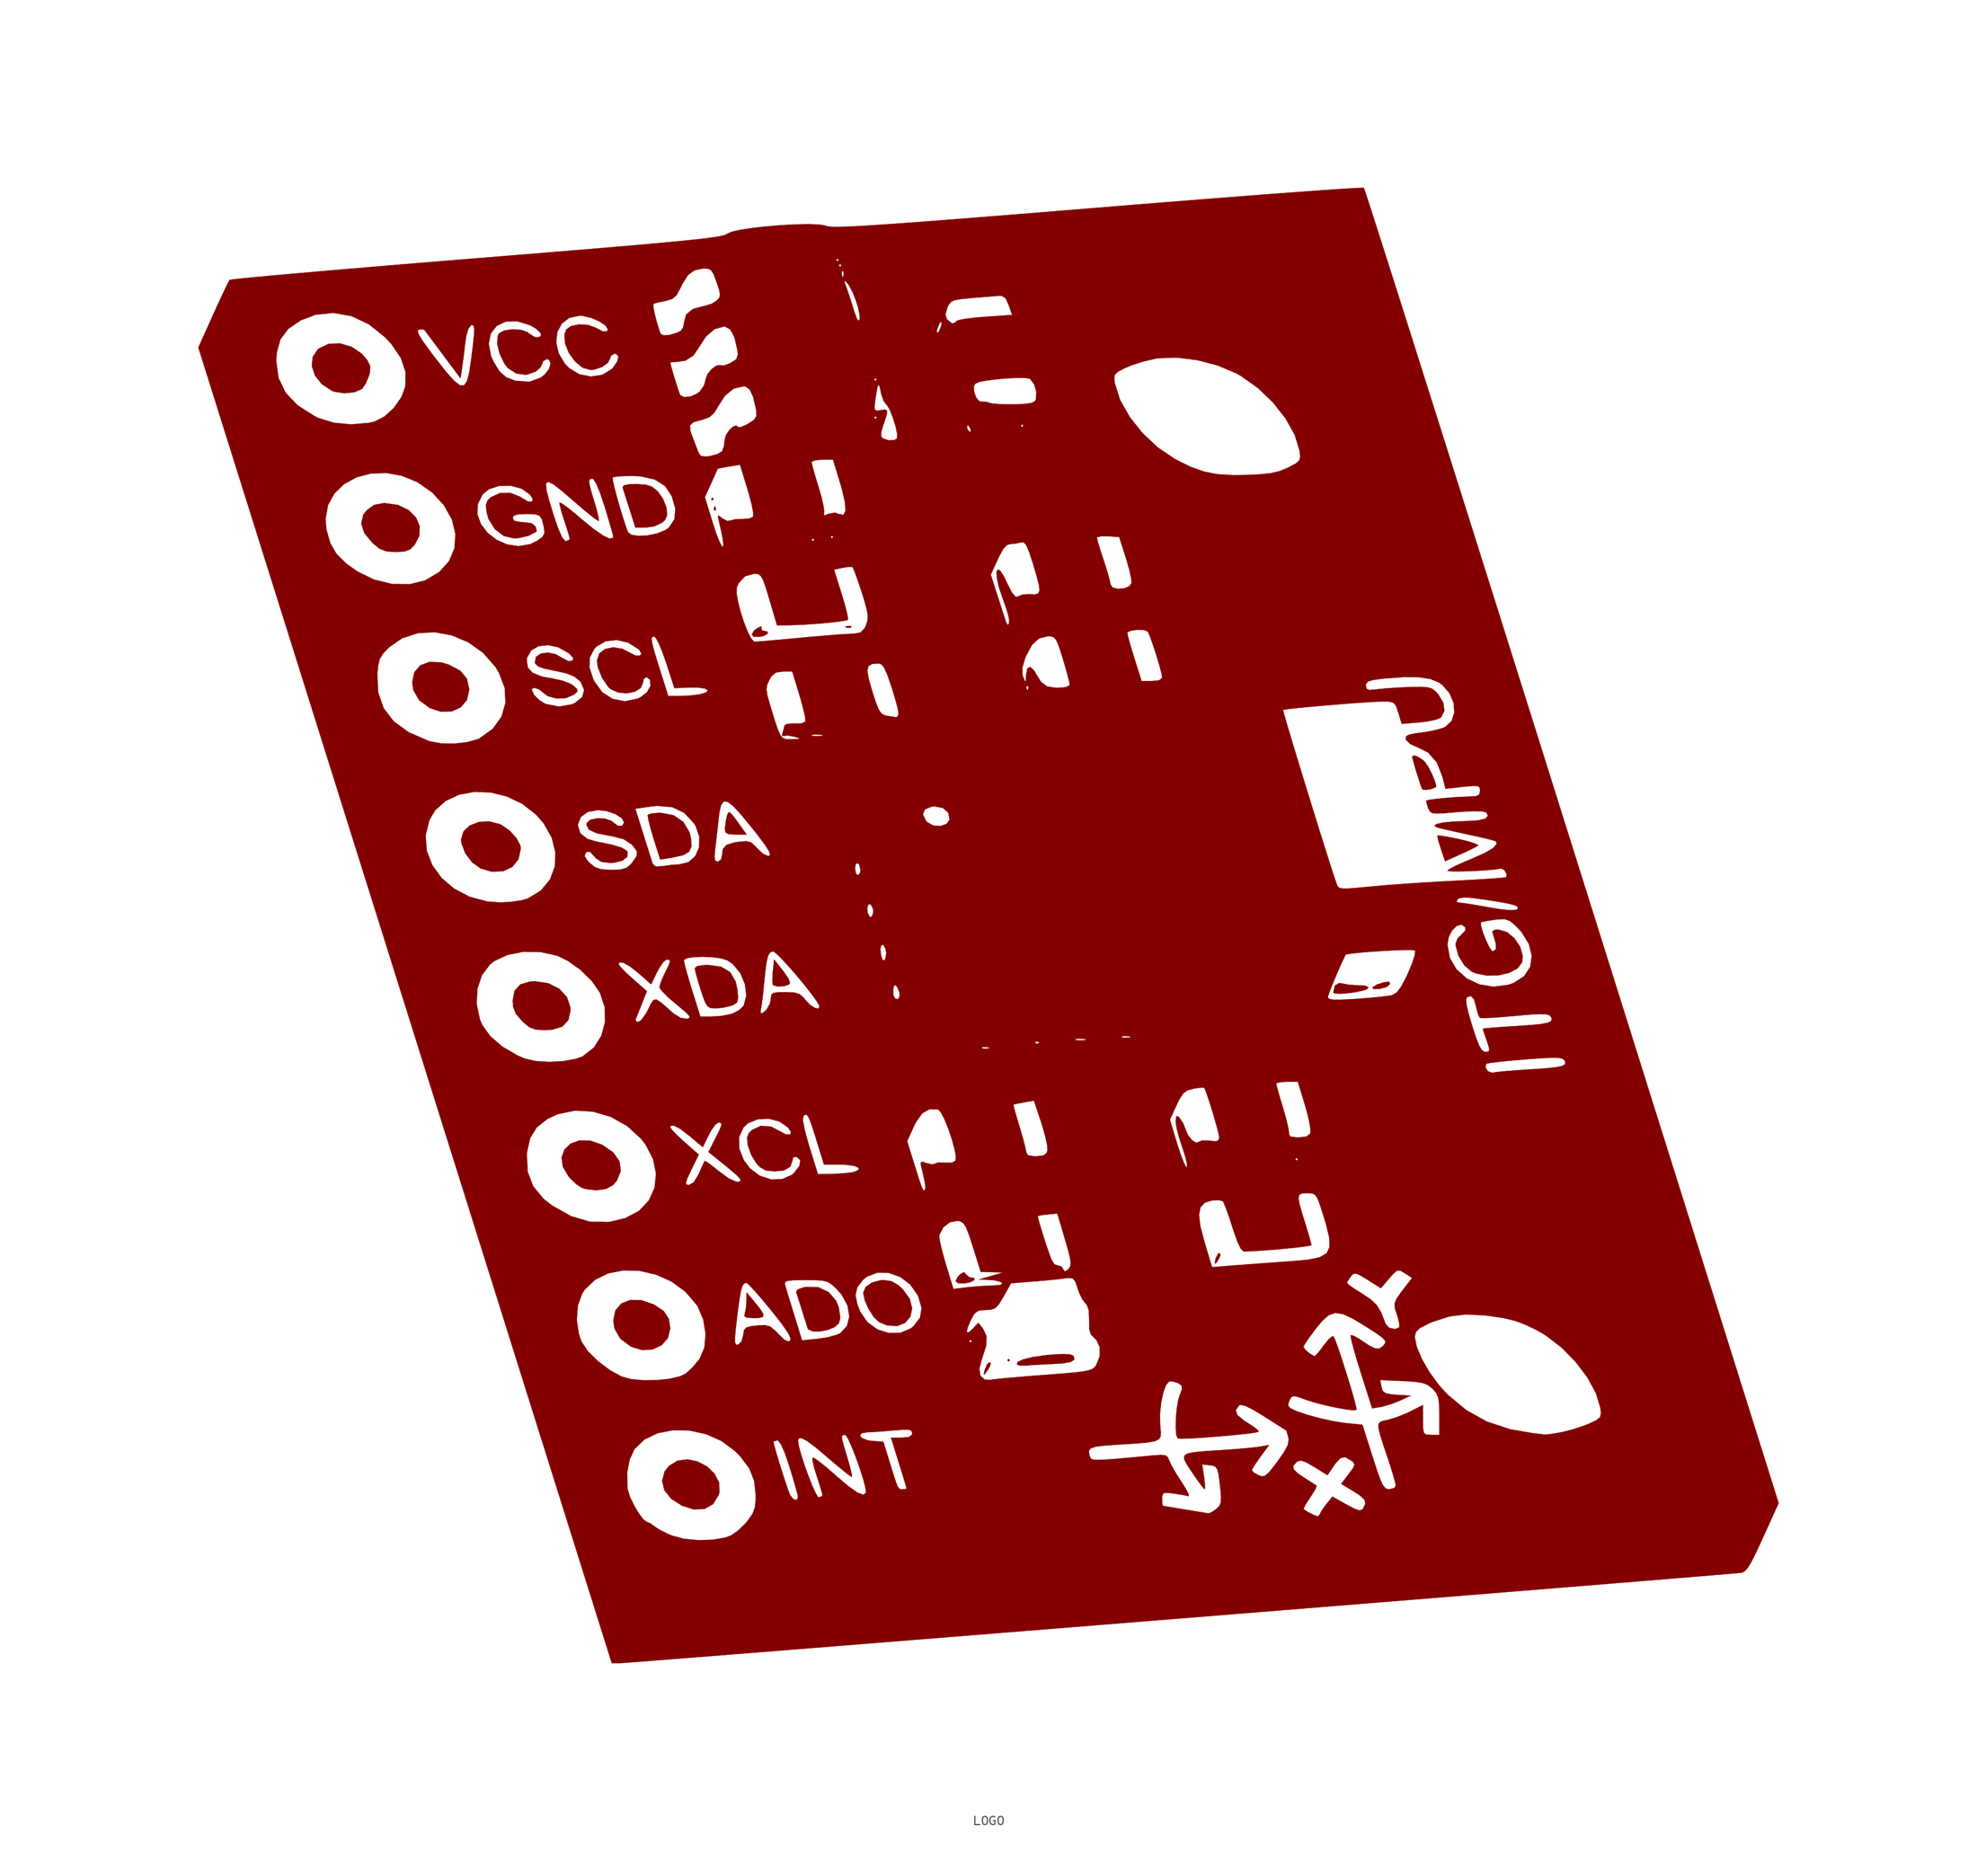
<source format=kicad_sym>
(kicad_symbol_lib
  (version 20220914)
  (generator "bitmap2component")
  (generator_version "9.0")
  (symbol "LOGO"
    (pin_names
      (offset 1.016))
    (property "Reference" "#G"
      (at 0 81.51 0)
      (effects (font (size 1.27 1.27)) hide))
    (symbol "LOGO_0_0"
      (polyline (pts (xy -35.45 -75.11) (xy -34.787 -75.061) (xy -33.636 -74.973) (xy -32.029 -74.847) (xy -29.996 -74.687) (xy -27.568 -74.495) (xy -24.776 -74.273) (xy -21.651 -74.024) (xy -18.224 -73.751) (xy -14.525 -73.455) (xy -10.586 -73.139) (xy -6.437 -72.807) (xy -2.11 -72.459) (xy 2.365 -72.1) (xy 6.957 -71.73) (xy 11.635 -71.354) (xy 16.368 -70.972) (xy 21.126 -70.589) (xy 25.876 -70.206) (xy 30.59 -69.825) (xy 35.234 -69.45) (xy 39.78 -69.082) (xy 44.195 -68.725) (xy 48.449 -68.38) (xy 52.511 -68.051) (xy 56.35 -67.739) (xy 59.936 -67.447) (xy 63.237 -67.178) (xy 66.222 -66.934) (xy 68.861 -66.718) (xy 71.123 -66.532) (xy 72.976 -66.378) (xy 74.391 -66.26) (xy 75.335 -66.179) (xy 75.779 -66.138) (xy 75.9 -66.117) (xy 76.19 -65.966) (xy 76.496 -65.618) (xy 76.867 -64.997) (xy 77.351 -64.028) (xy 77.994 -62.635) (xy 79.55 -59.203) (xy 59.024 6.124) (xy 58.132 8.963) (xy 56.338 14.669) (xy 54.589 20.23) (xy 52.891 25.622) (xy 51.252 30.826) (xy 49.678 35.819) (xy 48.177 40.579) (xy 46.754 45.084) (xy 45.418 49.314) (xy 44.174 53.245) (xy 43.031 56.856) (xy 41.994 60.126) (xy 41.07 63.032) (xy 40.267 65.554) (xy 39.591 67.668) (xy 39.05 69.355) (xy 38.649 70.59) (xy 38.397 71.354) (xy 38.3 71.623) (xy 38.226 71.63) (xy 37.692 71.612) (xy 36.673 71.554) (xy 35.207 71.457) (xy 33.331 71.326) (xy 31.081 71.161) (xy 28.494 70.967) (xy 25.606 70.745) (xy 22.456 70.499) (xy 19.08 70.232) (xy 15.514 69.946) (xy 11.795 69.643) (xy 8.101 69.342) (xy 4.057 69.014) (xy 0.498 68.729) (xy -2.607 68.484) (xy -5.286 68.278) (xy -7.569 68.108) (xy -9.487 67.973) (xy -11.067 67.871) (xy -12.341 67.799) (xy -13.337 67.756) (xy -14.086 67.739) (xy -14.617 67.747) (xy -14.958 67.778) (xy -15.142 67.829) (xy -15.239 67.869) (xy -15.902 67.975) (xy -16.936 68.01) (xy -18.229 67.985) (xy -19.666 67.906) (xy -21.132 67.785) (xy -22.514 67.629) (xy -23.698 67.448) (xy -24.57 67.251) (xy -25.015 67.047) (xy -25.106 66.984) (xy -25.346 66.899) (xy -25.748 66.809) (xy -26.344 66.711) (xy -27.165 66.602) (xy -28.244 66.479) (xy -29.61 66.339) (xy -31.296 66.178) (xy -33.333 65.995) (xy -35.751 65.785) (xy -38.584 65.546) (xy -41.861 65.275) (xy -45.614 64.968) (xy -49.874 64.622) (xy -50.083 64.605) (xy -52.041 64.446) (xy -14.186 64.446) (xy -14.051 64.581) (xy -13.916 64.446) (xy -14.051 64.311) (xy -14.186 64.446) (xy -52.041 64.446) (xy -53.657 64.314) (xy -57.074 64.033) (xy -58.599 63.905) (xy -13.916 63.905) (xy -13.781 64.04) (xy -13.646 63.905) (xy -13.781 63.77) (xy -13.916 63.905) (xy -58.599 63.905) (xy -60.297 63.764) (xy -63.287 63.51) (xy -66.006 63.276) (xy -68.415 63.065) (xy -70.477 62.88) (xy -72.153 62.724) (xy -73.405 62.601) (xy -74.194 62.514) (xy -74.483 62.466) (xy -74.501 62.441) (xy -74.711 62.051) (xy -75.082 61.284) (xy -75.571 60.238) (xy -75.771 59.798) (xy -32.353 59.798) (xy -32.332 60.087) (xy -32.292 60.105) (xy -31.849 60.225) (xy -31.15 60.368) (xy -30.486 60.558) (xy -30.037 60.944) (xy -29.64 61.687) (xy -29.478 62.036) (xy -28.912 62.935) (xy -28.257 63.422) (xy -27.399 63.594) (xy -26.997 63.593) (xy -26.637 63.453) (xy -26.416 63.117) (xy -13.624 63.117) (xy -13.581 63.383) (xy -13.461 63.281) (xy -13.418 63.124) (xy -13.482 62.763) (xy -13.575 62.767) (xy -13.624 63.117) (xy -26.416 63.117) (xy -26.366 63.042) (xy -26.124 62.399) (xy -13.357 62.399) (xy -13.065 62.143) (xy -12.878 61.89) (xy -12.519 61.191) (xy -12.18 60.318) (xy -12.006 59.739) (xy -11.856 59.044) (xy -3.306 59.044) (xy -3.116 59.696) (xy -3.011 59.934) (xy -2.787 60.249) (xy -2.418 60.439) (xy -1.773 60.557) (xy -0.719 60.656) (xy -0.601 60.666) (xy 0.487 60.755) (xy 1.417 60.831) (xy 1.998 60.879) (xy 2.313 60.869) (xy 2.683 60.616) (xy 2.985 59.956) (xy 3.324 58.98) (xy 0.581 58.793) (xy -0.234 58.726) (xy -1.25 58.606) (xy -1.961 58.474) (xy -2.252 58.351) (xy -2.315 58.225) (xy -2.646 58.129) (xy -3.107 58.501) (xy -3.184 58.602) (xy -3.306 59.044) (xy -11.856 59.044) (xy -11.846 58.996) (xy -11.836 58.568) (xy -11.868 58.491) (xy -11.974 58.412) (xy -12.118 58.631) (xy -12.336 59.221) (xy -12.665 60.258) (xy -12.77 60.592) (xy -13.047 61.427) (xy -13.26 62.014) (xy -13.341 62.219) (xy -13.357 62.399) (xy -26.124 62.399) (xy -26.064 62.237) (xy -25.821 61.503) (xy -25.718 60.996) (xy -25.8 60.684) (xy -26.068 60.4) (xy -26.471 60.129) (xy -27.193 59.885) (xy -27.338 59.866) (xy -28.449 59.561) (xy -29.099 59.006) (xy -29.314 58.179) (xy -29.37 57.797) (xy -29.597 57.415) (xy -30.012 57.206) (xy -30.716 56.995) (xy -31.319 56.948) (xy -31.627 57.097) (xy -31.717 57.349) (xy -32.01 58.281) (xy -32.234 59.147) (xy -32.353 59.798) (xy -75.771 59.798) (xy -76.129 59.011) (xy -77.6 55.738) (xy -77.171 54.374) (xy -69.85 54.374) (xy -69.806 55.2) (xy -69.442 56.536) (xy -68.667 57.583) (xy -67.424 58.434) (xy -65.952 58.997) (xy -64.164 59.182) (xy -62.373 58.862) (xy -60.642 58.05) (xy -59.803 57.376) (xy -55.79 57.376) (xy -55.671 57.512) (xy -55.431 57.545) (xy -55.145 57.512) (xy -55.014 57.339) (xy -54.617 56.809) (xy -54.022 56.014) (xy -53.3 55.048) (xy -51.526 52.676) (xy -51.373 53.697) (xy -51.31 54.144) (xy -51.176 55.179) (xy -51.049 56.254) (xy -50.971 56.794) (xy -50.761 57.578) (xy -50.501 57.934) (xy -50.333 57.971) (xy -50.209 57.873) (xy -50.163 57.549) (xy -50.193 56.922) (xy -50.279 56.121) (xy -48.723 56.121) (xy -48.512 57.135) (xy -47.928 57.886) (xy -47.035 58.312) (xy -45.897 58.351) (xy -44.579 57.94) (xy -43.973 57.581) (xy -43.571 57.178) (xy -43.523 56.869) (xy -43.885 56.745) (xy -44.191 56.803) (xy -44.72 57.15) (xy -44.867 57.275) (xy -45.521 57.497) (xy -46.366 57.551) (xy -47.167 57.436) (xy -47.69 57.153) (xy -47.823 56.908) (xy -47.875 56.249) (xy -42.016 56.249) (xy -41.907 57.26) (xy -41.465 58.108) (xy -40.712 58.69) (xy -39.666 58.905) (xy -39.339 58.882) (xy -38.516 58.679) (xy -37.721 58.337) (xy -37.121 57.937) (xy -36.884 57.559) (xy -36.97 57.346) (xy -37.384 57.344) (xy -38.089 57.708) (xy -38.115 57.724) (xy -38.857 57.989) (xy -39.731 58.036) (xy -40.521 57.88) (xy -41.016 57.532) (xy -41.194 57.031) (xy -41.133 56.139) (xy -40.755 55.198) (xy -40.148 54.351) (xy -39.397 53.738) (xy -38.586 53.502) (xy -38.221 53.536) (xy -37.449 53.801) (xy -36.853 54.238) (xy -36.614 54.733) (xy -36.567 54.915) (xy -36.209 55.123) (xy -36.073 55.109) (xy -35.825 54.848) (xy -35.943 54.337) (xy -36.022 54.227) (xy -30.669 54.227) (xy -30.493 54.284) (xy -29.976 54.313) (xy -29.158 54.433) (xy -28.364 54.945) (xy -27.701 55.925) (xy -27.138 56.807) (xy -26.278 57.563) (xy -25.333 57.826) (xy -25.212 57.817) (xy -24.691 57.514) (xy -24.572 57.285) (xy -4.165 57.285) (xy -4.142 57.519) (xy -3.918 58.096) (xy -3.77 58.279) (xy -3.671 58.231) (xy -3.746 57.845) (xy -3.913 57.425) (xy -4.081 57.183) (xy -4.165 57.285) (xy -24.572 57.285) (xy -24.292 56.748) (xy -23.994 55.484) (xy -23.947 55.02) (xy -24.108 54.577) (xy -24.659 54.212) (xy -24.731 54.175) (xy -25.305 53.957) (xy -25.628 53.955) (xy -25.708 54.005) (xy -26.109 53.925) (xy -26.588 53.564) (xy -26.988 53.062) (xy -27.156 52.561) (xy -27.157 52.556) (xy -10.403 52.556) (xy -10.268 52.692) (xy -10.133 52.556) (xy -10.268 52.421) (xy -10.403 52.556) (xy -27.157 52.556) (xy -27.312 51.971) (xy -27.748 51.351) (xy -27.985 51.166) (xy -28.647 50.87) (xy -29.281 50.803) (xy -29.679 51.003) (xy -29.738 51.142) (xy -29.922 51.682) (xy -30.164 52.445) (xy -30.407 53.246) (xy -30.594 53.901) (xy -30.669 54.227) (xy -36.022 54.227) (xy -36.411 53.68) (xy -36.505 53.584) (xy -37.437 53.023) (xy -38.559 52.853) (xy -39.709 53.075) (xy -40.724 53.689) (xy -41.154 54.138) (xy -41.772 55.175) (xy -42.016 56.249) (xy -47.875 56.249) (xy -47.884 56.135) (xy -47.656 55.156) (xy -47.164 54.125) (xy -46.83 53.697) (xy -45.973 53.147) (xy -44.989 53.016) (xy -44.044 53.343) (xy -43.577 53.761) (xy -43.369 54.184) (xy -43.322 54.37) (xy -42.964 54.583) (xy -42.72 54.513) (xy -42.571 54.148) (xy -42.726 53.607) (xy -43.166 53.044) (xy -43.55 52.748) (xy -44.67 52.337) (xy -46.002 52.421) (xy -46.101 52.445) (xy -46.99 52.784) (xy -47.653 53.372) (xy -48.253 54.352) (xy -48.496 54.909) (xy -48.723 56.121) (xy -50.279 56.121) (xy -50.301 55.914) (xy -50.486 54.448) (xy -50.662 53.263) (xy -50.881 52.402) (xy -51.173 51.975) (xy -51.586 51.984) (xy -52.164 52.431) (xy -52.954 53.32) (xy -54.003 54.653) (xy -54.613 55.458) (xy -55.293 56.403) (xy -55.675 57.025) (xy -55.79 57.376) (xy -59.803 57.376) (xy -59.031 56.755) (xy -58.431 56.111) (xy -57.465 54.706) (xy -57 53.313) (xy -57.015 51.879) (xy -57.402 50.815) (xy -58.14 49.754) (xy -59.078 48.885) (xy -60.068 48.379) (xy -60.662 48.242) (xy -62.404 48.093) (xy -64.147 48.262) (xy -65.662 48.734) (xy -66.029 48.913) (xy -67.721 49.983) (xy -68.912 51.238) (xy -69.618 52.696) (xy -69.85 54.374) (xy -77.171 54.374) (xy -75.167 47.992) (xy -28.706 47.992) (xy -28.377 48.302) (xy -27.629 48.519) (xy -27.41 48.571) (xy -26.752 48.819) (xy -26.282 49.256) (xy -25.811 50.042) (xy -25.226 50.94) (xy -24.367 51.651) (xy -23.354 51.881) (xy -23.207 51.865) (xy -22.782 51.569) (xy -22.442 50.852) (xy -22.216 49.915) (xy -10.356 49.915) (xy -10.255 50.697) (xy -10.219 50.947) (xy -10.08 51.752) (xy -9.967 52.05) (xy -9.887 51.922) (xy -0.475 51.922) (xy -0.32 52.147) (xy 0.102 52.324) (xy 0.881 52.47) (xy 2.109 52.609) (xy 2.654 52.657) (xy 3.739 52.714) (xy 4.581 52.71) (xy 5.035 52.643) (xy 5.099 52.605) (xy 13.476 52.605) (xy 13.533 53.021) (xy 13.864 53.335) (xy 14.579 53.709) (xy 15.241 53.982) (xy 16.387 54.347) (xy 17.541 54.619) (xy 17.856 54.669) (xy 19.711 54.733) (xy 21.75 54.481) (xy 23.784 53.946) (xy 25.625 53.162) (xy 26.086 52.902) (xy 27.758 51.712) (xy 29.262 50.269) (xy 30.512 48.68) (xy 31.421 47.05) (xy 31.902 45.484) (xy 31.974 44.893) (xy 31.881 44.504) (xy 31.511 44.191) (xy 30.761 43.799) (xy 30.596 43.72) (xy 29.867 43.431) (xy 29.065 43.243) (xy 28.033 43.131) (xy 26.616 43.066) (xy 25.297 43.049) (xy 23.747 43.138) (xy 22.41 43.397) (xy 21.102 43.865) (xy 19.636 44.583) (xy 19.516 44.648) (xy 17.831 45.786) (xy 16.301 47.22) (xy 15.015 48.837) (xy 14.065 50.522) (xy 13.541 52.164) (xy 13.476 52.605) (xy 5.099 52.605) (xy 5.137 52.582) (xy 5.524 52.053) (xy 5.733 51.299) (xy 5.686 50.574) (xy 5.56 50.378) (xy 5.203 50.217) (xy 4.522 50.129) (xy 3.41 50.089) (xy 3.186 50.087) (xy 2.158 50.106) (xy 1.355 50.17) (xy 0.934 50.267) (xy 0.769 50.342) (xy 0.275 50.359) (xy 0.056 50.395) (xy -0.251 50.768) (xy -0.46 51.343) (xy -0.475 51.922) (xy -9.887 51.922) (xy -9.854 51.867) (xy -9.714 51.229) (xy -9.689 51.106) (xy -9.461 50.433) (xy -9.185 50.053) (xy -9.085 49.958) (xy -8.801 49.443) (xy -8.504 48.674) (xy -8.254 47.839) (xy -8.222 47.684) (xy -1.146 47.684) (xy -1.141 47.992) (xy -1.052 47.999) (xy -1.027 47.963) (xy 4.188 47.963) (xy 4.323 48.098) (xy 4.458 47.963) (xy 4.323 47.828) (xy 4.188 47.963) (xy -1.027 47.963) (xy -0.853 47.704) (xy -0.787 47.493) (xy -0.834 47.296) (xy -1.092 47.575) (xy -1.146 47.684) (xy -8.222 47.684) (xy -8.108 47.123) (xy -8.127 46.714) (xy -8.366 46.544) (xy -8.938 46.502) (xy -9.53 46.703) (xy -9.697 46.897) (xy -9.693 47.319) (xy -9.463 48.084) (xy -9.395 48.275) (xy -9.143 49.055) (xy -9.104 49.452) (xy -9.299 49.569) (xy -9.75 49.511) (xy -10.105 49.457) (xy -10.324 49.543) (xy -10.356 49.915) (xy -22.216 49.915) (xy -22.153 49.653) (xy -22.129 49.524) (xy -22.095 48.947) (xy -22.199 48.773) (xy -10.403 48.773) (xy -10.268 48.909) (xy -10.133 48.773) (xy -10.268 48.638) (xy -10.403 48.773) (xy -22.199 48.773) (xy -22.325 48.563) (xy -22.929 48.157) (xy -23.166 48.026) (xy -23.709 47.813) (xy -23.966 47.851) (xy -24.083 47.98) (xy -24.411 47.886) (xy -24.802 47.528) (xy -25.13 47.033) (xy -25.269 46.529) (xy -25.324 45.977) (xy -25.494 45.454) (xy -25.529 45.409) (xy -25.991 45.14) (xy -26.701 44.946) (xy -27.189 44.888) (xy -27.643 44.965) (xy -27.867 45.294) (xy -27.878 45.325) (xy -28.112 45.948) (xy -28.412 46.712) (xy -28.677 47.455) (xy -28.706 47.992) (xy -75.167 47.992) (xy -74.016 44.329) (xy -16.618 44.329) (xy -16.593 44.384) (xy -16.224 44.528) (xy -15.554 44.585) (xy -14.489 44.585) (xy -13.784 42.273) (xy -13.597 41.632) (xy -13.296 40.319) (xy -13.252 39.476) (xy -13.464 39.101) (xy -13.934 39.191) (xy -14.284 39.318) (xy -14.991 39.184) (xy -15.091 39.132) (xy -15.402 39.038) (xy -15.377 39.285) (xy -15.362 39.38) (xy -15.424 39.943) (xy -15.622 40.823) (xy -15.923 41.873) (xy -16.042 42.252) (xy -16.336 43.231) (xy -16.541 43.969) (xy -16.618 44.329) (xy -74.016 44.329) (xy -72.238 38.671) (xy -64.949 38.671) (xy -64.704 40.057) (xy -64.064 41.227) (xy -63.097 42.157) (xy -61.875 42.821) (xy -60.466 43.196) (xy -58.939 43.258) (xy -57.365 42.982) (xy -56.959 42.815) (xy -36.402 42.815) (xy -36.1 42.888) (xy -35.404 42.942) (xy -34.475 42.963) (xy -33.615 42.924) (xy -32.203 42.604) (xy -31.182 41.949) (xy -30.518 40.94) (xy -30.492 40.849) (xy -27.227 40.849) (xy -26.594 42.244) (xy -26.325 42.839) (xy -26.059 43.432) (xy -25.951 43.676) (xy -25.916 43.69) (xy -25.524 43.774) (xy -24.84 43.895) (xy -23.738 44.076) (xy -22.992 41.642) (xy -22.817 41.047) (xy -22.561 40.04) (xy -22.421 39.287) (xy -22.424 38.916) (xy -22.431 38.906) (xy -22.819 38.726) (xy -23.472 38.685) (xy -24.185 38.664) (xy -24.684 38.53) (xy -25 38.486) (xy -25.528 38.769) (xy -25.661 38.888) (xy -25.893 39.039) (xy -25.919 38.833) (xy -25.772 38.188) (xy -25.742 38.063) (xy -25.552 37.216) (xy -25.491 36.884) (xy -14.727 36.884) (xy -14.591 37.019) (xy -14.456 36.884) (xy -14.529 36.812) (xy 11.754 36.812) (xy 11.788 36.868) (xy 12.177 36.967) (xy 12.862 36.967) (xy 13.97 36.884) (xy 14.62 34.858) (xy 14.68 34.667) (xy 14.968 33.65) (xy 15.154 32.812) (xy 15.201 32.318) (xy 14.981 31.999) (xy 14.46 31.787) (xy 13.84 31.736) (xy 13.322 31.861) (xy 13.105 32.176) (xy 13.103 32.22) (xy 12.993 32.739) (xy 12.754 33.581) (xy 12.43 34.587) (xy 12.361 34.789) (xy 12.053 35.736) (xy 11.836 36.458) (xy 11.754 36.812) (xy -14.529 36.812) (xy -14.591 36.749) (xy -14.727 36.884) (xy -25.491 36.884) (xy -25.44 36.614) (xy -16.618 36.614) (xy -16.483 36.749) (xy -16.348 36.614) (xy -16.483 36.479) (xy -16.618 36.614) (xy -25.44 36.614) (xy -25.428 36.546) (xy -25.402 36.352) (xy -25.402 35.929) (xy -25.535 35.966) (xy -25.774 36.419) (xy -26.095 37.243) (xy -26.473 38.394) (xy -27.227 40.849) (xy -30.492 40.849) (xy -30.166 39.714) (xy -30.252 38.665) (xy -30.808 37.826) (xy -31.173 37.571) (xy -31.969 37.254) (xy -32.896 37.058) (xy -33.796 37) (xy -34.508 37.098) (xy -34.874 37.371) (xy -35.031 37.799) (xy -35.348 38.756) (xy -35.677 39.833) (xy -35.983 40.905) (xy -36.23 41.844) (xy -36.381 42.523) (xy -36.402 42.815) (xy -56.959 42.815) (xy -55.812 42.344) (xy -55.635 42.22) (xy -43.032 42.22) (xy -42.806 42.383) (xy -42.279 42.12) (xy -41.42 41.45) (xy -40.197 40.394) (xy -39.34 39.658) (xy -38.555 39.014) (xy -38.003 38.598) (xy -37.769 38.476) (xy -37.766 38.481) (xy -37.793 38.803) (xy -37.954 39.489) (xy -38.216 40.399) (xy -38.493 41.313) (xy -38.694 42.064) (xy -38.742 42.48) (xy -38.645 42.657) (xy -38.413 42.694) (xy -38.309 42.636) (xy -38.012 42.153) (xy -37.633 41.226) (xy -37.197 39.914) (xy -36.919 38.997) (xy -36.621 37.988) (xy -36.419 37.264) (xy -36.344 36.942) (xy -36.376 36.801) (xy -36.702 36.737) (xy -37.347 37.037) (xy -38.276 37.68) (xy -39.451 38.646) (xy -40.169 39.256) (xy -40.933 39.864) (xy -41.467 40.239) (xy -41.685 40.316) (xy -41.657 40.039) (xy -41.487 39.382) (xy -41.212 38.518) (xy -40.963 37.77) (xy -40.749 37.066) (xy -40.667 36.707) (xy -40.709 36.605) (xy -41.063 36.479) (xy -41.1 36.484) (xy -41.407 36.825) (xy -41.8 37.698) (xy -42.279 39.103) (xy -42.715 40.534) (xy -42.991 41.61) (xy -43.032 42.22) (xy -55.635 42.22) (xy -54.35 41.319) (xy -53.2 40.078) (xy -52.673 39.145) (xy -49.847 39.145) (xy -49.814 40.153) (xy -49.322 41.136) (xy -48.69 41.651) (xy -47.677 41.977) (xy -46.543 41.992) (xy -45.463 41.7) (xy -44.61 41.1) (xy -44.332 40.647) (xy -44.437 40.406) (xy -44.84 40.439) (xy -45.435 40.785) (xy -45.571 40.884) (xy -46.554 41.276) (xy -47.604 41.266) (xy -48.512 40.849) (xy -48.843 40.526) (xy -49.007 40.06) (xy -48.928 39.322) (xy -48.744 38.689) (xy -48.124 37.683) (xy -47.242 37.001) (xy -46.209 36.749) (xy -45.823 36.77) (xy -44.782 37.003) (xy -43.971 37.422) (xy -43.957 37.519) (xy -44.067 37.926) (xy -44.074 37.944) (xy -44.462 38.267) (xy -45.29 38.37) (xy -45.554 38.376) (xy -46.158 38.49) (xy -46.342 38.776) (xy -46.26 38.983) (xy -45.85 39.137) (xy -45.006 39.181) (xy -44.152 39.158) (xy -43.678 39.015) (xy -43.429 38.635) (xy -43.246 37.905) (xy -43.245 37.9) (xy -43.177 37.297) (xy -43.378 36.899) (xy -43.957 36.488) (xy -44.603 36.181) (xy -45.752 35.985) (xy -46.891 36.151) (xy -47.945 36.614) (xy -48.838 37.311) (xy -49.498 38.176) (xy -49.847 39.145) (xy -52.673 39.145) (xy -52.389 38.643) (xy -52.034 37.188) (xy -52.128 35.783) (xy -52.666 34.499) (xy -53.642 33.406) (xy -55.051 32.574) (xy -56.598 32.192) (xy -58.34 32.221) (xy -60.114 32.651) (xy -61.776 33.462) (xy -62.893 34.255) (xy -63.862 35.219) (xy -64.484 36.302) (xy -64.858 37.636) (xy -64.949 38.671) (xy -72.238 38.671) (xy -69.927 31.314) (xy -24.074 31.314) (xy -24.054 31.868) (xy -23.871 32.299) (xy -23.223 32.991) (xy -22.318 33.236) (xy -22.252 33.236) (xy -21.92 33.192) (xy -21.666 33.008) (xy -21.434 32.59) (xy -21.169 31.843) (xy -20.813 30.669) (xy -20.055 28.102) (xy -18.674 28.121) (xy -18.498 28.125) (xy -17.431 28.168) (xy -16.25 28.246) (xy -15.086 28.346) (xy -14.069 28.456) (xy -13.331 28.564) (xy -13.001 28.657) (xy -12.991 28.766) (xy -13.086 29.296) (xy -13.306 30.154) (xy -13.621 31.218) (xy -14.379 33.642) (xy -13.546 33.822) (xy -13.527 33.827) (xy -12.906 33.923) (xy -12.561 33.909) (xy -12.5 33.812) (xy -12.288 33.297) (xy -12.232 33.142) (xy 1.203 33.142) (xy 1.905 34.675) (xy 2.044 34.973) (xy 2.46 35.729) (xy 2.829 36.106) (xy 3.24 36.209) (xy 3.685 36.238) (xy 4.286 36.367) (xy 4.489 36.355) (xy 4.735 36.059) (xy 5.022 35.385) (xy 5.389 34.258) (xy 5.721 33.149) (xy 5.973 32.189) (xy 6.047 31.596) (xy 5.935 31.287) (xy 5.631 31.18) (xy 5.127 31.195) (xy 5.015 31.202) (xy 4.369 31.172) (xy 4.027 31.033) (xy 4.003 30.997) (xy 3.701 30.923) (xy 3.307 31.36) (xy 2.837 32.291) (xy 2.491 33.017) (xy 2.125 33.561) (xy 1.879 33.664) (xy 1.771 33.379) (xy 1.812 32.758) (xy 2.018 31.852) (xy 2.404 30.715) (xy 2.709 29.866) (xy 2.949 29.062) (xy 3.034 28.575) (xy 3.01 28.317) (xy 2.889 28.119) (xy 2.715 28.44) (xy 2.689 28.521) (xy 2.518 29.058) (xy 2.241 29.919) (xy 1.906 30.96) (xy 1.203 33.142) (xy -12.232 33.142) (xy -11.985 32.45) (xy -11.633 31.389) (xy -11.402 30.652) (xy -11.138 29.709) (xy -11.029 29.064) (xy -11.057 28.581) (xy -11.204 28.127) (xy -11.337 27.838) (xy -11.722 27.415) (xy 14.777 27.415) (xy 15.17 27.577) (xy 15.822 27.662) (xy 16.451 27.634) (xy 16.806 27.485) (xy 16.811 27.478) (xy 17.022 27.004) (xy 17.315 26.195) (xy 17.636 25.217) (xy 17.932 24.241) (xy 18.15 23.435) (xy 18.236 22.968) (xy 18.226 22.881) (xy 17.946 22.637) (xy 17.22 22.563) (xy 16.201 22.563) (xy 15.446 24.955) (xy 15.267 25.533) (xy 14.989 26.479) (xy 14.815 27.146) (xy 14.777 27.415) (xy -11.722 27.415) (xy -11.738 27.398) (xy -12.395 27.274) (xy -12.893 27.257) (xy -13.855 27.199) (xy -15.154 27.099) (xy -16.857 26.95) (xy -19.029 26.748) (xy -19.885 26.669) (xy -21 26.572) (xy -21.849 26.506) (xy -22.297 26.481) (xy -22.335 26.487) (xy -22.628 26.801) (xy -22.978 27.49) (xy -23.341 28.419) (xy -23.674 29.456) (xy -23.933 30.465) (xy -24.074 31.314) (xy -69.927 31.314) (xy -67.399 23.267) (xy -59.798 23.267) (xy -59.719 24.096) (xy -59.549 24.784) (xy -59.205 25.329) (xy -58.589 25.951) (xy -57.315 26.825) (xy -55.766 27.327) (xy -54.095 27.416) (xy -52.397 27.108) (xy -51.684 26.808) (xy -32.525 26.808) (xy -32.436 26.978) (xy -32.223 26.963) (xy -32.106 26.848) (xy -31.816 26.309) (xy -31.455 25.441) (xy -31.075 24.36) (xy -30.824 23.586) (xy -11.071 23.586) (xy -10.966 24.044) (xy -10.611 24.259) (xy -9.986 24.315) (xy -9.961 24.315) (xy -9.662 24.215) (xy -9.394 23.875) (xy 4.339 23.875) (xy 4.616 24.821) (xy 4.692 25.014) (xy 5.301 26.158) (xy 6.016 26.813) (xy 6.882 27.021) (xy 7.237 27.001) (xy 7.53 26.868) (xy 7.772 26.521) (xy 8.028 25.858) (xy 8.368 24.778) (xy 8.49 24.373) (xy 8.777 23.372) (xy 8.977 22.604) (xy 9.052 22.211) (xy 9.037 22.149) (xy 8.67 21.956) (xy 7.869 21.887) (xy 7.664 21.89) (xy 6.811 22.03) (xy 6.212 22.466) (xy 5.685 23.313) (xy 5.515 23.609) (xy 5.127 23.97) (xy 4.836 23.828) (xy 4.712 23.193) (xy 4.71 23.12) (xy 4.685 22.587) (xy 4.608 22.548) (xy 4.428 22.961) (xy 4.358 23.175) (xy 4.339 23.875) (xy -9.394 23.875) (xy -9.389 23.87) (xy -9.087 23.187) (xy -8.703 22.074) (xy -8.643 21.887) (xy 4.729 21.887) (xy 4.748 22.03) (xy 4.909 22.067) (xy 4.941 22.028) (xy 4.909 21.707) (xy 4.828 21.665) (xy 4.729 21.887) (xy -8.643 21.887) (xy -8.575 21.675) (xy -8.266 20.644) (xy -8.052 19.827) (xy -8.027 19.686) (xy 30.269 19.686) (xy 30.344 19.709) (xy 30.852 19.783) (xy 31.747 19.881) (xy 32.927 19.996) (xy 34.286 20.117) (xy 35.721 20.238) (xy 37.129 20.347) (xy 38.406 20.438) (xy 39.448 20.5) (xy 40.151 20.526) (xy 40.699 20.523) (xy 41.213 20.426) (xy 41.494 20.102) (xy 41.727 19.42) (xy 42.061 18.304) (xy 43.798 18.444) (xy 44.649 18.546) (xy 45.469 18.721) (xy 45.939 18.917) (xy 45.991 18.963) (xy 46.31 19.601) (xy 46.205 20.41) (xy 45.687 21.264) (xy 45.472 21.504) (xy 45.122 21.789) (xy 44.679 21.936) (xy 43.994 21.983) (xy 42.918 21.968) (xy 42.862 21.966) (xy 41.655 21.915) (xy 40.505 21.837) (xy 39.654 21.748) (xy 39.521 21.73) (xy 38.863 21.676) (xy 38.571 21.786) (xy 38.505 22.102) (xy 38.527 22.282) (xy 38.728 22.517) (xy 39.236 22.672) (xy 40.166 22.795) (xy 40.376 22.816) (xy 42.308 22.957) (xy 43.799 22.942) (xy 44.923 22.765) (xy 45.75 22.421) (xy 46.105 22.168) (xy 46.818 21.35) (xy 47.221 20.394) (xy 47.296 19.43) (xy 47.024 18.588) (xy 46.386 17.996) (xy 45.935 17.825) (xy 45.03 17.601) (xy 44.008 17.437) (xy 43.382 17.358) (xy 42.749 17.224) (xy 42.483 17.043) (xy 42.477 16.767) (xy 42.507 16.689) (xy 42.925 16.294) (xy 43.647 15.972) (xy 44.687 15.454) (xy 45.552 14.469) (xy 46.115 13.041) (xy 46.414 11.854) (xy 48.134 12.038) (xy 48.305 12.056) (xy 49.165 12.132) (xy 49.629 12.107) (xy 49.818 11.956) (xy 49.854 11.651) (xy 49.854 11.634) (xy 49.772 11.278) (xy 49.437 11.114) (xy 48.706 11.072) (xy 48.325 11.063) (xy 47.432 11.015) (xy 46.446 10.937) (xy 45.524 10.845) (xy 44.827 10.754) (xy 44.51 10.678) (xy 44.524 10.467) (xy 44.685 9.955) (xy 44.74 9.814) (xy 44.882 9.566) (xy 45.127 9.429) (xy 45.585 9.387) (xy 46.363 9.425) (xy 47.571 9.525) (xy 47.908 9.553) (xy 49.185 9.621) (xy 50.06 9.601) (xy 50.466 9.494) (xy 50.648 9.171) (xy 50.387 8.879) (xy 49.599 8.698) (xy 48.285 8.628) (xy 47.167 8.588) (xy 46.201 8.492) (xy 45.558 8.354) (xy 45.31 8.191) (xy 45.531 8.02) (xy 45.752 7.957) (xy 46.447 7.788) (xy 47.45 7.56) (xy 48.626 7.305) (xy 49.424 7.132) (xy 50.426 6.901) (xy 51.134 6.721) (xy 51.429 6.621) (xy 51.511 6.38) (xy 51.176 5.968) (xy 50.32 5.459) (xy 48.94 4.85) (xy 48.387 4.622) (xy 47.477 4.216) (xy 46.848 3.892) (xy 46.614 3.706) (xy 46.619 3.695) (xy 46.93 3.64) (xy 47.622 3.625) (xy 48.554 3.642) (xy 49.59 3.686) (xy 50.589 3.751) (xy 51.414 3.832) (xy 51.926 3.923) (xy 51.948 3.928) (xy 52.263 3.774) (xy 52.492 3.392) (xy 52.464 3.06) (xy 52.462 3.058) (xy 52.152 3.012) (xy 51.391 2.946) (xy 50.264 2.868) (xy 48.857 2.783) (xy 47.256 2.697) (xy 45.892 2.623) (xy 44.009 2.511) (xy 42.206 2.391) (xy 40.635 2.275) (xy 39.451 2.172) (xy 39.093 2.137) (xy 37.738 2.008) (xy 36.812 1.937) (xy 36.228 1.928) (xy 35.896 1.982) (xy 35.727 2.103) (xy 35.632 2.294) (xy 35.541 2.548) (xy 35.283 3.32) (xy 34.919 4.45) (xy 34.469 5.865) (xy 33.958 7.493) (xy 33.408 9.26) (xy 32.84 11.094) (xy 32.277 12.921) (xy 31.742 14.67) (xy 31.258 16.267) (xy 30.846 17.641) (xy 30.528 18.716) (xy 30.329 19.422) (xy 30.269 19.686) (xy -8.027 19.686) (xy -7.971 19.372) (xy -8.001 19.14) (xy -8.174 18.955) (xy -8.5 19.012) (xy -9.117 19.108) (xy -9.358 19.16) (xy -9.669 19.337) (xy -9.933 19.72) (xy -10.214 20.415) (xy -10.575 21.526) (xy -10.598 21.599) (xy -10.942 22.8) (xy -11.071 23.586) (xy -30.824 23.586) (xy -30.264 21.859) (xy -28.659 21.922) (xy -27.888 21.916) (xy -27.222 21.814) (xy -27.125 21.757) (xy -21.102 21.757) (xy -21.032 22.2) (xy -20.819 22.674) (xy -20.626 23.008) (xy -20.174 23.409) (xy -19.465 23.509) (xy -18.542 23.509) (xy -17.835 21.19) (xy -17.693 20.71) (xy -17.424 19.706) (xy -17.261 18.943) (xy -17.232 18.558) (xy -17.245 18.53) (xy -17.616 18.351) (xy -18.328 18.331) (xy -18.499 18.341) (xy -19.084 18.3) (xy -19.32 18.147) (xy -19.345 17.947) (xy -19.501 17.407) (xy -19.564 17.144) (xy -19.411 17.103) (xy -18.996 17.153) (xy -18.879 17.131) (xy -16.635 17.131) (xy -16.551 17.21) (xy -16.29 17.252) (xy -15.605 17.21) (xy -15.528 17.184) (xy -15.586 17.114) (xy -16.078 17.086) (xy -16.261 17.089) (xy -16.635 17.131) (xy -18.879 17.131) (xy -18.351 17.035) (xy -18.134 16.97) (xy -17.804 16.849) (xy -17.942 16.798) (xy -18.584 16.776) (xy -18.703 16.774) (xy -19.138 16.782) (xy -19.456 16.888) (xy -19.715 17.175) (xy -19.968 17.726) (xy -20.27 18.626) (xy -20.678 19.958) (xy -20.782 20.302) (xy -21.022 21.179) (xy -21.102 21.757) (xy -27.125 21.757) (xy -26.937 21.644) (xy -27.085 21.443) (xy -27.72 21.248) (xy -27.849 21.224) (xy -28.754 21.119) (xy -29.721 21.077) (xy -30.867 21.077) (xy -31.714 23.748) (xy -31.938 24.461) (xy -32.288 25.622) (xy -32.48 26.381) (xy -32.525 26.808) (xy -51.684 26.808) (xy -50.764 26.421) (xy -49.291 25.374) (xy -48.675 24.672) (xy -44.939 24.672) (xy -44.902 24.892) (xy -44.499 25.605) (xy -43.771 26.027) (xy -42.835 26.139) (xy -41.808 25.922) (xy -40.807 25.355) (xy -40.616 25.198) (xy -40.302 24.817) (xy -40.425 24.572) (xy -40.829 24.555) (xy -41.43 24.88) (xy -42.063 25.235) (xy -42.852 25.394) (xy -43.554 25.297) (xy -44.028 24.966) (xy -44.136 24.425) (xy -44.093 24.294) (xy -43.812 24.024) (xy -43.523 23.919) (xy -38.709 23.919) (xy -38.678 24.893) (xy -38.223 25.759) (xy -38.001 26) (xy -37.094 26.519) (xy -36.002 26.648) (xy -34.869 26.388) (xy -33.838 25.739) (xy -33.749 25.653) (xy -33.537 25.273) (xy -33.711 25.081) (xy -34.153 25.116) (xy -34.749 25.419) (xy -35.426 25.77) (xy -36.337 25.919) (xy -37.152 25.749) (xy -37.739 25.294) (xy -37.965 24.588) (xy -37.867 23.915) (xy -37.451 22.865) (xy -36.819 21.955) (xy -36.59 21.754) (xy -35.84 21.421) (xy -34.989 21.344) (xy -34.193 21.502) (xy -33.602 21.874) (xy -33.371 22.437) (xy -33.312 22.765) (xy -33.038 22.963) (xy -32.694 22.695) (xy -32.674 22.661) (xy -32.638 22.083) (xy -32.992 21.453) (xy -33.647 20.939) (xy -33.926 20.809) (xy -35.178 20.554) (xy -36.386 20.783) (xy -37.438 21.459) (xy -38.225 22.542) (xy -38.315 22.733) (xy -38.709 23.919) (xy -43.523 23.919) (xy -43.199 23.802) (xy -42.15 23.583) (xy -41.024 23.334) (xy -40.213 23.012) (xy -39.676 22.578) (xy -39.561 22.437) (xy -39.233 21.668) (xy -39.432 20.969) (xy -40.148 20.39) (xy -40.491 20.239) (xy -41.769 20.028) (xy -43.074 20.29) (xy -43.674 20.648) (xy -44.209 21.183) (xy -44.441 21.685) (xy -44.429 21.777) (xy -44.172 21.892) (xy -43.716 21.733) (xy -43.234 21.347) (xy -42.84 21.058) (xy -41.979 20.825) (xy -41.035 20.872) (xy -40.246 21.212) (xy -39.917 21.497) (xy -39.915 21.744) (xy -40.314 22.121) (xy -40.601 22.303) (xy -41.399 22.61) (xy -42.34 22.812) (xy -43.435 23.014) (xy -44.359 23.387) (xy -44.844 23.927) (xy -44.939 24.672) (xy -48.675 24.672) (xy -48.069 23.982) (xy -47.718 23.411) (xy -47.138 21.884) (xy -47.056 20.395) (xy -47.457 19.015) (xy -48.325 17.813) (xy -49.645 16.861) (xy -49.797 16.788) (xy -50.856 16.488) (xy -52.162 16.343) (xy -53.481 16.367) (xy -54.583 16.573) (xy -54.714 16.617) (xy -56.686 17.476) (xy -58.169 18.558) (xy -59.176 19.875) (xy -59.715 21.44) (xy -59.798 23.267) (xy -67.399 23.267) (xy -62.352 7.204) (xy -54.995 7.204) (xy -54.62 8.736) (xy -54.046 9.704) (xy -52.996 10.646) (xy -51.67 11.258) (xy -50.155 11.538) (xy -48.541 11.481) (xy -46.915 11.082) (xy -45.367 10.338) (xy -44.766 9.863) (xy -34.14 9.863) (xy -32.542 10.089) (xy -31.963 10.148) (xy -30.478 10.023) (xy -29.271 9.446) (xy -28.308 8.404) (xy -28.142 8.129) (xy -27.778 7.058) (xy -27.805 6.03) (xy -28.18 5.157) (xy -28.261 5.085) (xy -26.27 5.085) (xy -26.203 5.877) (xy -26.12 6.556) (xy -25.984 7.741) (xy -25.855 8.917) (xy -25.785 9.491) (xy -25.617 10.229) (xy -25.361 10.587) (xy -24.971 10.553) (xy -24.404 10.114) (xy -23.663 9.311) (xy -5.548 9.311) (xy -5.343 9.799) (xy -4.661 10.072) (xy -4.375 10.097) (xy -3.564 9.936) (xy -3.028 9.472) (xy -2.893 8.797) (xy -2.896 8.775) (xy -3.207 8.349) (xy -3.812 8.146) (xy -4.51 8.194) (xy -5.1 8.517) (xy -5.254 8.686) (xy -5.548 9.311) (xy -23.663 9.311) (xy -23.614 9.258) (xy -22.56 7.971) (xy -21.966 7.218) (xy -21.262 6.28) (xy -20.864 5.662) (xy -20.74 5.31) (xy -20.858 5.172) (xy -20.934 5.166) (xy -21.437 5.377) (xy -22.005 5.906) (xy -22.177 6.107) (xy -22.626 6.512) (xy -23.125 6.639) (xy -23.914 6.57) (xy -24.311 6.508) (xy -25.061 6.275) (xy -25.43 5.872) (xy -25.531 5.202) (xy -25.611 4.825) (xy -25.95 4.594) (xy -25.958 4.594) (xy -26.197 4.698) (xy -26.27 5.085) (xy -28.261 5.085) (xy -28.863 4.55) (xy -29.812 4.324) (xy -30.545 4.281) (xy -31.442 4.155) (xy -32.105 4.114) (xy -32.405 4.358) (xy -32.468 4.551) (xy -32.676 5.205) (xy -32.978 6.164) (xy -33.334 7.296) (xy -34.14 9.863) (xy -44.766 9.863) (xy -43.984 9.244) (xy -43.272 8.421) (xy -43.158 8.219) (xy -39.856 8.219) (xy -39.854 8.306) (xy -39.565 9.046) (xy -38.868 9.545) (xy -37.863 9.728) (xy -36.982 9.622) (xy -36.132 9.334) (xy -35.506 8.937) (xy -35.263 8.505) (xy -35.263 8.484) (xy -35.456 8.157) (xy -35.878 8.167) (xy -36.344 8.512) (xy -36.531 8.668) (xy -37.162 8.88) (xy -37.92 8.916) (xy -38.592 8.779) (xy -38.963 8.473) (xy -39.008 8.259) (xy -38.76 7.783) (xy -37.989 7.418) (xy -36.702 7.167) (xy -36.46 7.133) (xy -35.316 6.838) (xy -34.551 6.338) (xy -34.317 6.096) (xy -33.977 5.599) (xy -34.032 5.136) (xy -34.472 4.495) (xy -34.612 4.326) (xy -35.031 3.979) (xy -35.192 3.934) (xy -12.295 3.934) (xy -12.225 4.363) (xy -12.024 4.459) (xy -11.878 4.284) (xy -11.754 3.767) (xy -11.803 3.468) (xy -12.024 3.243) (xy -12.204 3.419) (xy -12.295 3.934) (xy -35.192 3.934) (xy -35.599 3.821) (xy -36.511 3.783) (xy -36.635 3.784) (xy -37.545 3.843) (xy -38.157 4.053) (xy -38.686 4.479) (xy -38.931 4.74) (xy -39.189 5.176) (xy -39.064 5.493) (xy -38.974 5.569) (xy -38.657 5.575) (xy -38.241 5.14) (xy -38.085 4.953) (xy -37.516 4.575) (xy -36.668 4.471) (xy -36.27 4.491) (xy -35.444 4.695) (xy -34.954 5.071) (xy -34.901 5.556) (xy -34.963 5.66) (xy -35.48 5.986) (xy -36.492 6.298) (xy -38.024 6.605) (xy -38.9 6.862) (xy -39.613 7.421) (xy -39.856 8.219) (xy -43.158 8.219) (xy -42.462 6.989) (xy -42.092 5.525) (xy -42.152 4.108) (xy -42.635 2.818) (xy -43.533 1.734) (xy -44.837 0.936) (xy -45.463 0.758) (xy -46.5 0.604) (xy 47.494 0.604) (xy 47.632 0.858) (xy 47.779 0.956) (xy 48.222 1.036) (xy 48.991 0.997) (xy 50.186 0.84) (xy 50.353 0.815) (xy 51.748 0.596) (xy 52.694 0.422) (xy 53.271 0.273) (xy 53.559 0.129) (xy 53.637 -0.029) (xy 53.501 -0.178) (xy 52.91 -0.232) (xy 51.834 -0.126) (xy 50.26 0.14) (xy 50.253 0.141) (xy 49.23 0.324) (xy 48.364 0.46) (xy 47.841 0.519) (xy 47.84 0.519) (xy 47.494 0.604) (xy -46.5 0.604) (xy -46.501 0.603) (xy -47.616 0.546) (xy -48.888 0.645) (xy -50.637 1.116) (xy -52.164 1.918) (xy -53.416 2.989) (xy -54.341 4.268) (xy -54.885 5.694) (xy -54.995 7.204) (xy -62.352 7.204) (xy -60.07 -0.061) (xy -11.088 -0.061) (xy -10.983 0.322) (xy -10.766 0.376) (xy -10.538 0.000100) (xy -10.478 -0.419) (xy -10.61 -0.856) (xy -10.824 -0.904) (xy -11.034 -0.495) (xy -11.088 -0.061) (xy -60.07 -0.061) (xy -58.939 -3.661) (xy 46.612 -3.661) (xy 46.733 -2.919) (xy 47.072 -2.246) (xy 47.529 -1.795) (xy 48.004 -1.661) (xy 48.398 -1.94) (xy 48.394 -2.241) (xy 48.009 -2.649) (xy 47.632 -3.021) (xy 47.422 -3.554) (xy 47.434 -3.771) (xy 47.718 -4.78) (xy 48.287 -5.71) (xy 49.009 -6.332) (xy 49.437 -6.514) (xy 50.536 -6.735) (xy 51.69 -6.709) (xy 52.755 -6.461) (xy 53.587 -6.018) (xy 54.042 -5.407) (xy 54.105 -4.804) (xy 53.849 -3.883) (xy 53.287 -3.031) (xy 52.534 -2.405) (xy 51.702 -2.162) (xy 51.282 -2.182) (xy 51.076 -2.359) (xy 51.212 -2.855) (xy 51.411 -3.494) (xy 51.43 -4.112) (xy 51.122 -4.323) (xy 51.008 -4.248) (xy 50.727 -3.807) (xy 50.408 -3.126) (xy 50.124 -2.384) (xy 49.947 -1.761) (xy 49.951 -1.434) (xy 50.046 -1.399) (xy 50.544 -1.297) (xy 51.307 -1.179) (xy 51.601 -1.141) (xy 52.319 -1.119) (xy 52.836 -1.309) (xy 53.404 -1.785) (xy 53.983 -2.411) (xy 54.712 -3.606) (xy 54.997 -4.785) (xy 54.839 -5.871) (xy 54.24 -6.788) (xy 53.205 -7.459) (xy 52.63 -7.659) (xy 51.182 -7.838) (xy 49.787 -7.607) (xy 48.538 -7.019) (xy 47.531 -6.13) (xy 46.857 -4.993) (xy 46.612 -3.661) (xy -58.939 -3.661) (xy -58.791 -4.133) (xy -9.775 -4.133) (xy -9.692 -3.731) (xy -9.506 -3.663) (xy -9.278 -4.031) (xy -9.189 -4.49) (xy -9.284 -5.057) (xy -9.37 -5.19) (xy -9.537 -5.212) (xy -9.698 -4.75) (xy -9.775 -4.133) (xy -58.791 -4.133) (xy -57.088 -9.553) (xy -49.924 -9.553) (xy -49.848 -8.05) (xy -49.397 -6.692) (xy -48.589 -5.617) (xy -48.181 -5.299) (xy -46.866 -4.68) (xy -45.292 -4.369) (xy -43.603 -4.386) (xy -41.946 -4.749) (xy -40.898 -5.244) (xy -40.388 -5.607) (xy -35.803 -5.607) (xy -35.726 -5.424) (xy -35.34 -5.45) (xy -34.683 -5.819) (xy -33.82 -6.503) (xy -32.571 -7.602) (xy -31.972 -6.368) (xy -31.736 -5.93) (xy -31.331 -5.358) (xy -31.021 -5.134) (xy -30.792 -5.158) (xy -30.76 -5.212) (xy -29.318 -5.212) (xy -29.311 -5.175) (xy -28.992 -4.998) (xy -28.313 -4.894) (xy -27.425 -4.862) (xy -26.477 -4.905) (xy -25.62 -5.02) (xy -25.003 -5.209) (xy -24.449 -5.588) (xy -23.713 -6.486) (xy -23.248 -7.584) (xy -23.113 -8.717) (xy -23.368 -9.717) (xy -23.373 -9.727) (xy -23.813 -10.159) (xy -24.427 -10.478) (xy -21.7 -10.478) (xy -21.657 -10.065) (xy -21.568 -9.572) (xy -21.46 -8.721) (xy -21.357 -7.701) (xy -21.354 -7.667) (xy -21.213 -6.247) (xy -21.073 -5.283) (xy -20.914 -4.696) (xy -20.712 -4.403) (xy -20.447 -4.323) (xy -20.437 -4.324) (xy -20.123 -4.547) (xy -19.569 -5.095) (xy -18.858 -5.869) (xy -18.072 -6.773) (xy -17.296 -7.709) (xy -16.917 -8.191) (xy -8.508 -8.191) (xy -8.437 -7.783) (xy -8.274 -7.681) (xy -8.115 -7.859) (xy -7.894 -8.372) (xy -7.864 -8.792) (xy -7.923 -8.897) (xy 34.722 -8.897) (xy 34.756 -8.746) (xy 34.959 -8.175) (xy 35.293 -7.338) (xy 35.697 -6.378) (xy 36.113 -5.44) (xy 36.48 -4.668) (xy 36.564 -4.629) (xy 37.074 -4.543) (xy 37.934 -4.451) (xy 39.019 -4.362) (xy 40.201 -4.283) (xy 41.355 -4.223) (xy 42.355 -4.189) (xy 43.073 -4.189) (xy 43.385 -4.231) (xy 43.409 -4.288) (xy 43.347 -4.745) (xy 43.096 -5.519) (xy 42.695 -6.482) (xy 42.526 -6.845) (xy 42.002 -7.839) (xy 41.557 -8.421) (xy 41.13 -8.674) (xy 40.804 -8.735) (xy 39.98 -8.837) (xy 38.865 -8.945) (xy 37.604 -9.043) (xy 37.225 -9.068) (xy 36.015 -9.129) (xy 35.246 -9.123) (xy 34.84 -9.047) (xy 34.722 -8.897) (xy -7.923 -8.897) (xy -8.034 -9.092) (xy -8.339 -9) (xy -8.475 -8.676) (xy -8.508 -8.191) (xy -16.917 -8.191) (xy -16.612 -8.578) (xy -16.206 -9.142) (xy 48.465 -9.142) (xy 48.568 -8.877) (xy 48.956 -8.771) (xy 49.25 -9.08) (xy 49.469 -9.875) (xy 49.49 -9.98) (xy 49.665 -10.613) (xy 49.841 -10.935) (xy 49.845 -10.938) (xy 50.198 -10.957) (xy 50.973 -10.928) (xy 52.058 -10.855) (xy 53.342 -10.745) (xy 53.385 -10.741) (xy 54.791 -10.618) (xy 55.753 -10.563) (xy 56.363 -10.576) (xy 56.71 -10.66) (xy 56.885 -10.817) (xy 56.981 -11.025) (xy 56.93 -11.249) (xy 56.606 -11.416) (xy 55.942 -11.545) (xy 54.872 -11.652) (xy 53.328 -11.757) (xy 53.323 -11.757) (xy 52.081 -11.837) (xy 51.064 -11.914) (xy 50.377 -11.977) (xy 50.124 -12.02) (xy 50.139 -12.082) (xy 50.279 -12.515) (xy 50.518 -13.206) (xy 50.641 -13.562) (xy 50.778 -14.076) (xy 50.701 -14.283) (xy 50.395 -14.321) (xy 50.311 -14.314) (xy 50.047 -14.153) (xy 49.779 -13.719) (xy 49.467 -12.928) (xy 49.066 -11.696) (xy 48.786 -10.754) (xy 48.534 -9.748) (xy 48.465 -9.142) (xy -16.206 -9.142) (xy -16.103 -9.284) (xy -15.852 -9.728) (xy -15.833 -9.799) (xy -15.929 -10.018) (xy -16.279 -9.953) (xy -16.748 -9.658) (xy -17.201 -9.187) (xy -17.395 -8.939) (xy -17.808 -8.572) (xy -18.354 -8.412) (xy -19.236 -8.377) (xy -19.881 -8.385) (xy -20.409 -8.456) (xy -20.628 -8.652) (xy -20.671 -9.033) (xy -20.756 -9.511) (xy -21.096 -10.114) (xy -21.464 -10.439) (xy -21.7 -10.478) (xy -24.427 -10.478) (xy -24.489 -10.51) (xy -24.635 -10.556) (xy -25.542 -10.736) (xy -26.512 -10.808) (xy -27.678 -10.808) (xy -28.498 -8.185) (xy -28.731 -7.424) (xy -29.034 -6.385) (xy -29.241 -5.606) (xy -29.318 -5.212) (xy -30.76 -5.212) (xy -30.7 -5.315) (xy -30.834 -5.719) (xy -31.21 -6.485) (xy -31.343 -6.758) (xy -31.634 -7.45) (xy -31.749 -7.893) (xy -31.737 -7.945) (xy -31.45 -8.332) (xy -30.861 -8.916) (xy -30.074 -9.592) (xy -29.755 -9.851) (xy -29.074 -10.43) (xy -28.759 -10.774) (xy -28.759 -10.953) (xy -29.023 -11.034) (xy -29.627 -10.941) (xy -30.361 -10.486) (xy -30.965 -9.943) (xy -31.637 -9.366) (xy -32.061 -9.108) (xy -32.34 -9.156) (xy -32.577 -9.492) (xy -32.873 -10.102) (xy -33.117 -10.551) (xy -33.531 -11.124) (xy -33.853 -11.349) (xy -34.01 -11.328) (xy -34.137 -11.145) (xy -34.066 -10.974) (xy -33.834 -10.401) (xy -33.52 -9.614) (xy -32.994 -8.287) (xy -34.398 -7.048) (xy -34.425 -7.025) (xy -35.12 -6.383) (xy -35.615 -5.874) (xy -35.803 -5.607) (xy -40.388 -5.607) (xy -39.609 -6.161) (xy -38.469 -7.277) (xy -37.668 -8.429) (xy -37.665 -8.435) (xy -37.19 -9.877) (xy -37.156 -11.348) (xy -37.531 -12.73) (xy -37.62 -12.869) (xy 14.149 -12.869) (xy 14.259 -12.783) (xy 14.533 -12.739) (xy 15.069 -12.793) (xy 15.094 -12.804) (xy 15.053 -12.888) (xy 14.591 -12.918) (xy 14.508 -12.916) (xy 14.149 -12.869) (xy -37.62 -12.869) (xy -37.788 -13.132) (xy 9.576 -13.132) (xy 9.66 -13.054) (xy 9.921 -13.012) (xy 10.606 -13.054) (xy 10.682 -13.079) (xy 10.625 -13.149) (xy 10.133 -13.178) (xy 9.95 -13.175) (xy 9.576 -13.132) (xy -37.788 -13.132) (xy -37.915 -13.33) (xy 5.629 -13.33) (xy 5.669 -13.298) (xy 5.99 -13.33) (xy 6.032 -13.412) (xy 5.809 -13.511) (xy 5.667 -13.491) (xy 5.629 -13.33) (xy -37.915 -13.33) (xy -38.284 -13.908) (xy -38.365 -13.971) (xy 0.304 -13.971) (xy 0.338 -13.872) (xy 0.46 -13.836) (xy 1.013 -13.872) (xy 1.059 -13.966) (xy 0.675 -14.008) (xy 0.304 -13.971) (xy -38.365 -13.971) (xy -39.382 -14.763) (xy -40.058 -15.014) (xy -41.297 -15.24) (xy -42.696 -15.316) (xy -44.043 -15.235) (xy -45.126 -14.987) (xy -45.859 -14.675) (xy -47.364 -13.797) (xy -48.575 -12.751) (xy -49.369 -11.635) (xy -49.607 -11.064) (xy -49.924 -9.553) (xy -57.088 -9.553) (xy -57.044 -9.691) (xy -55.101 -15.876) (xy 50.394 -15.876) (xy 50.469 -15.508) (xy 50.507 -15.49) (xy 50.95 -15.41) (xy 51.8 -15.306) (xy 52.955 -15.19) (xy 54.312 -15.074) (xy 54.651 -15.047) (xy 56.078 -14.947) (xy 57.068 -14.905) (xy 57.703 -14.925) (xy 58.067 -15.006) (xy 58.243 -15.152) (xy 58.331 -15.335) (xy 58.293 -15.562) (xy 57.983 -15.73) (xy 57.334 -15.858) (xy 56.279 -15.964) (xy 54.751 -16.065) (xy 53.59 -16.14) (xy 52.446 -16.23) (xy 51.586 -16.315) (xy 51.136 -16.384) (xy 51.051 -16.399) (xy 50.644 -16.246) (xy 50.394 -15.876) (xy -55.101 -15.876) (xy -54.597 -17.482) (xy 29.588 -17.482) (xy 29.614 -17.441) (xy 29.987 -17.336) (xy 30.66 -17.294) (xy 31.733 -17.294) (xy 32.434 -19.593) (xy 32.565 -20.038) (xy 32.828 -21.079) (xy 32.978 -21.903) (xy 32.986 -22.363) (xy 32.946 -22.462) (xy 32.57 -22.747) (xy 31.788 -22.833) (xy 31.648 -22.831) (xy 31.008 -22.742) (xy 30.856 -22.524) (xy 30.866 -22.424) (xy 30.786 -21.872) (xy 30.581 -21) (xy 30.281 -19.944) (xy 30.146 -19.495) (xy 29.86 -18.524) (xy 29.662 -17.81) (xy 29.588 -17.482) (xy -54.597 -17.482) (xy -53.941 -19.569) (xy 3.457 -19.569) (xy 3.479 -19.56) (xy 3.846 -19.474) (xy 4.501 -19.348) (xy 5.49 -19.17) (xy 6.119 -21.057) (xy 19.019 -21.057) (xy 19.679 -19.617) (xy 19.937 -19.076) (xy 20.317 -18.472) (xy 20.738 -18.155) (xy 21.343 -17.988) (xy 21.522 -17.956) (xy 22.135 -17.874) (xy 22.419 -17.884) (xy 22.528 -18.114) (xy 22.761 -18.76) (xy 23.054 -19.661) (xy 23.361 -20.666) (xy 23.638 -21.625) (xy 23.837 -22.387) (xy 23.914 -22.802) (xy 23.872 -23.07) (xy 23.609 -23.215) (xy 22.973 -23.156) (xy 22.863 -23.14) (xy 22.217 -23.133) (xy 21.865 -23.274) (xy 21.604 -23.355) (xy 21.207 -23.09) (xy 20.812 -22.587) (xy 20.547 -21.97) (xy 20.354 -21.457) (xy 19.982 -20.89) (xy 19.784 -20.714) (xy 19.625 -20.756) (xy 19.59 -21.261) (xy 19.678 -21.882) (xy 19.915 -22.814) (xy 20.25 -23.842) (xy 20.284 -23.937) (xy 20.567 -24.828) (xy 20.604 -24.995) (xy 31.48 -24.995) (xy 31.615 -24.86) (xy 31.75 -24.995) (xy 31.615 -25.13) (xy 31.48 -24.995) (xy 20.604 -24.995) (xy 20.714 -25.492) (xy 20.694 -25.791) (xy 20.615 -25.744) (xy 20.388 -25.312) (xy 20.085 -24.525) (xy 19.749 -23.491) (xy 19.019 -21.057) (xy 6.119 -21.057) (xy 6.21 -21.332) (xy 6.311 -21.643) (xy 6.611 -22.693) (xy 6.8 -23.56) (xy 6.843 -24.082) (xy 6.761 -24.367) (xy 6.439 -24.617) (xy 5.742 -24.697) (xy 5.491 -24.699) (xy 4.904 -24.601) (xy 4.729 -24.319) (xy 4.722 -24.239) (xy 4.605 -23.683) (xy 4.373 -22.808) (xy 4.065 -21.763) (xy 3.954 -21.4) (xy 3.682 -20.479) (xy 3.505 -19.828) (xy 3.457 -19.569) (xy -53.941 -19.569) (xy -52.383 -24.528) (xy -44.934 -24.528) (xy -44.912 -24.278) (xy -44.595 -22.878) (xy -43.928 -21.813) (xy -42.843 -20.969) (xy -41.852 -20.511) (xy -40.148 -20.166) (xy -38.363 -20.263) (xy -36.601 -20.779) (xy -34.966 -21.691) (xy -34.825 -21.82) (xy -30.674 -21.82) (xy -30.638 -21.684) (xy -30.311 -21.645) (xy -29.665 -21.992) (xy -28.731 -22.711) (xy -27.433 -23.806) (xy -26.835 -22.576) (xy -26.602 -22.142) (xy -26.197 -21.571) (xy -25.887 -21.347) (xy -25.808 -21.348) (xy -25.604 -21.403) (xy -25.588 -21.619) (xy -25.781 -22.101) (xy -26.127 -22.799) (xy -23.828 -22.799) (xy -23.382 -21.824) (xy -22.929 -21.411) (xy -21.968 -21.026) (xy -20.867 -20.973) (xy -20.392 -21.098) (xy -17.481 -21.098) (xy -17.43 -20.699) (xy -17.363 -20.636) (xy -17.18 -20.546) (xy -17.005 -20.677) (xy -16.798 -21.102) (xy -16.518 -21.896) (xy -16.127 -23.134) (xy -16.106 -23.203) (xy -7.114 -23.203) (xy -6.442 -21.735) (xy -6.232 -21.306) (xy -5.616 -20.435) (xy -4.915 -20.031) (xy -4.052 -20.039) (xy -4.04 -20.043) (xy -3.756 -20.352) (xy -3.402 -21.039) (xy -3.028 -21.96) (xy -2.683 -22.973) (xy -2.414 -23.936) (xy -2.271 -24.706) (xy -2.303 -25.14) (xy -2.662 -25.338) (xy -3.36 -25.345) (xy -3.394 -25.34) (xy -4.014 -25.321) (xy -4.345 -25.435) (xy -4.624 -25.51) (xy -5.174 -25.385) (xy -5.585 -25.248) (xy -5.777 -25.338) (xy -5.692 -25.832) (xy -5.543 -26.462) (xy -5.357 -27.323) (xy -5.357 -27.325) (xy -5.3 -27.874) (xy -5.379 -28.102) (xy -5.448 -28.097) (xy -5.536 -28.029) (xy -5.646 -27.807) (xy -5.812 -27.341) (xy -6.07 -26.54) (xy -6.454 -25.315) (xy -7.114 -23.203) (xy -16.106 -23.203) (xy -15.382 -25.535) (xy -13.771 -25.535) (xy -13.218 -25.551) (xy -12.418 -25.655) (xy -11.967 -25.828) (xy -11.931 -26.038) (xy -12.37 -26.251) (xy -12.7 -26.318) (xy -13.519 -26.407) (xy -14.48 -26.454) (xy -15.989 -26.481) (xy -16.841 -23.721) (xy -16.978 -23.265) (xy -17.328 -21.963) (xy -17.481 -21.098) (xy -20.392 -21.098) (xy -19.799 -21.253) (xy -18.938 -21.862) (xy -18.657 -22.323) (xy -18.775 -22.554) (xy -19.201 -22.516) (xy -19.837 -22.174) (xy -20.634 -21.757) (xy -21.641 -21.668) (xy -22.556 -22.098) (xy -22.866 -22.399) (xy -23.035 -22.866) (xy -22.958 -23.603) (xy -22.948 -23.654) (xy -22.613 -24.588) (xy -22.1 -25.419) (xy -21.747 -25.79) (xy -21.148 -26.125) (xy -20.296 -26.211) (xy -19.365 -26.11) (xy -18.72 -25.74) (xy -18.51 -25.084) (xy -18.445 -24.807) (xy -18.104 -24.762) (xy -17.742 -25.1) (xy -17.825 -25.654) (xy -18.362 -26.358) (xy -18.586 -26.552) (xy -19.549 -26.979) (xy -20.662 -27.003) (xy -21.777 -26.639) (xy -22.747 -25.902) (xy -23.36 -25.082) (xy -23.815 -23.922) (xy -23.828 -22.799) (xy -26.127 -22.799) (xy -26.204 -22.955) (xy -26.873 -24.276) (xy -25.095 -25.716) (xy -24.884 -25.887) (xy -24.12 -26.534) (xy -23.733 -26.935) (xy -23.672 -27.151) (xy -23.892 -27.244) (xy -24.133 -27.229) (xy -24.863 -26.901) (xy -25.823 -26.196) (xy -26.504 -25.647) (xy -27.024 -25.27) (xy -27.249 -25.163) (xy -27.294 -25.248) (xy -27.509 -25.71) (xy -27.82 -26.413) (xy -27.865 -26.514) (xy -28.341 -27.296) (xy -28.816 -27.562) (xy -29.058 -27.523) (xy -29.118 -27.331) (xy -28.962 -26.877) (xy -28.572 -26.052) (xy -27.832 -24.542) (xy -29.256 -23.282) (xy -29.301 -23.242) (xy -29.997 -22.596) (xy -30.489 -22.086) (xy -30.674 -21.82) (xy -34.825 -21.82) (xy -33.561 -22.977) (xy -33.134 -23.53) (xy -32.384 -24.98) (xy -32.09 -26.448) (xy -32.236 -27.851) (xy -32.806 -29.108) (xy -33.782 -30.138) (xy -34.747 -30.647) (xy 5.879 -30.647) (xy 5.893 -30.639) (xy 6.24 -30.57) (xy 6.881 -30.491) (xy 7.818 -30.399) (xy 7.86 -30.539) (xy 21.91 -30.539) (xy 22.051 -29.791) (xy 22.475 -29.333) (xy 23.192 -29.104) (xy 23.215 -29.101) (xy 23.872 -29.071) (xy 24.27 -29.176) (xy 24.34 -29.287) (xy 24.571 -29.834) (xy 24.884 -30.708) (xy 25.231 -31.782) (xy 25.249 -31.843) (xy 25.693 -33.133) (xy 26.066 -33.916) (xy 26.36 -34.178) (xy 26.738 -34.168) (xy 27.708 -34.119) (xy 28.857 -34.038) (xy 30.065 -33.936) (xy 31.213 -33.825) (xy 32.181 -33.715) (xy 32.849 -33.619) (xy 33.097 -33.547) (xy 33.087 -33.49) (xy 32.964 -33.024) (xy 32.73 -32.22) (xy 32.422 -31.209) (xy 32.164 -30.374) (xy 31.895 -29.415) (xy 31.803 -28.824) (xy 31.896 -28.514) (xy 32.18 -28.393) (xy 32.664 -28.372) (xy 32.763 -28.372) (xy 33.169 -28.401) (xy 33.456 -28.55) (xy 33.695 -28.918) (xy 33.955 -29.603) (xy 34.305 -30.706) (xy 34.541 -31.485) (xy 34.857 -32.796) (xy 34.892 -33.728) (xy 34.592 -34.355) (xy 33.907 -34.75) (xy 32.785 -34.985) (xy 31.174 -35.133) (xy 30.328 -35.192) (xy 28.66 -35.312) (xy 27.016 -35.433) (xy 25.654 -35.537) (xy 23.205 -35.73) (xy 22.458 -33.239) (xy 22.433 -33.156) (xy 22.041 -31.64) (xy 21.91 -30.539) (xy 7.86 -30.539) (xy 8.573 -32.953) (xy 8.833 -33.849) (xy 9.063 -34.745) (xy 9.147 -35.314) (xy 9.098 -35.664) (xy 8.93 -35.906) (xy 8.824 -36.009) (xy 8.545 -36.158) (xy 8.364 -35.868) (xy 8.224 -35.658) (xy 7.852 -35.564) (xy 7.53 -35.449) (xy 7.221 -34.939) (xy 7.004 -34.34) (xy 6.685 -33.405) (xy 6.37 -32.43) (xy 6.103 -31.554) (xy 5.924 -30.914) (xy 5.879 -30.647) (xy -34.747 -30.647) (xy -35.15 -30.86) (xy -36.757 -31.241) (xy -38.637 -31.215) (xy -40.521 -30.665) (xy -42.444 -29.586) (xy -43.267 -28.938) (xy -44.3 -27.688) (xy -44.847 -26.236) (xy -44.934 -24.528) (xy -52.383 -24.528) (xy -49.808 -32.724) (xy -3.918 -32.724) (xy -3.895 -32.495) (xy -3.529 -31.782) (xy -2.865 -31.271) (xy -2.086 -31.126) (xy -1.787 -31.19) (xy -1.504 -31.386) (xy -1.248 -31.805) (xy -0.96 -32.546) (xy -0.582 -33.709) (xy 0.204 -36.208) (xy 1.318 -36.235) (xy 2.432 -36.261) (xy 1.216 -36.614) (xy 0 -36.966) (xy 0.946 -36.997) (xy 1.565 -37.048) (xy 2.148 -37.186) (xy 2.364 -37.353) (xy 2.161 -37.495) (xy 1.486 -37.558) (xy 1.131 -37.565) (xy -0.008 -37.627) (xy -1.122 -37.731) (xy -2.513 -37.899) (xy -3.216 -35.596) (xy -3.343 -35.169) (xy -3.637 -34.1) (xy -3.841 -33.233) (xy -3.918 -32.724) (xy -49.808 -32.724) (xy -47.217 -40.971) (xy -39.965 -40.971) (xy -39.855 -39.548) (xy -39.424 -38.353) (xy -39.177 -37.977) (xy -38.141 -36.985) (xy -36.825 -36.348) (xy -35.319 -36.056) (xy -33.71 -36.102) (xy -32.09 -36.477) (xy -30.547 -37.17) (xy -29.171 -38.175) (xy -28.051 -39.48) (xy -27.937 -39.661) (xy -27.384 -40.967) (xy -27.161 -42.377) (xy -27.194 -42.764) (xy -24.236 -42.764) (xy -24.167 -41.943) (xy -24.02 -40.677) (xy -23.988 -40.412) (xy -23.81 -39.068) (xy -23.655 -38.166) (xy -23.5 -37.624) (xy -23.323 -37.359) (xy -23.101 -37.289) (xy -23.08 -37.295) (xy -22.972 -37.39) (xy -19.275 -37.39) (xy -19.219 -37.193) (xy -18.92 -37.081) (xy -18.28 -37.031) (xy -17.199 -37.019) (xy -16.302 -37.025) (xy -15.52 -37.074) (xy -14.995 -37.214) (xy -14.565 -37.494) (xy -14.073 -37.961) (xy -13.611 -38.498) (xy -12.253 -38.498) (xy -12.07 -37.73) (xy -11.505 -36.998) (xy -11.111 -36.677) (xy -10.086 -36.284) (xy -8.95 -36.303) (xy -7.825 -36.699) (xy -6.83 -37.441) (xy -6.084 -38.496) (xy -5.998 -38.681) (xy -5.678 -39.806) (xy -5.831 -40.749) (xy -6.469 -41.598) (xy -6.755 -41.829) (xy -7.677 -42.217) (xy -1.188 -42.217) (xy -1.112 -41.782) (xy -0.761 -40.946) (xy -0.42 -40.349) (xy 0.005 -40.056) (xy 0.71 -39.991) (xy 1.171 -39.972) (xy 1.628 -39.824) (xy 2.01 -39.428) (xy 2.472 -38.664) (xy 3.218 -37.336) (xy 5.392 -37.166) (xy 5.545 -37.154) (xy 6.722 -37.052) (xy 7.789 -36.946) (xy 8.532 -36.857) (xy 8.91 -36.809) (xy 9.347 -36.85) (xy 9.604 -37.163) (xy 9.65 -37.3) (xy 36.622 -37.3) (xy 36.705 -37.109) (xy 37.002 -36.665) (xy 37.226 -36.42) (xy 37.496 -36.362) (xy 37.934 -36.547) (xy 38.682 -37.002) (xy 39.992 -37.829) (xy 40.829 -36.851) (xy 41.243 -36.379) (xy 41.613 -36.073) (xy 41.935 -36.079) (xy 42.382 -36.341) (xy 43.096 -36.809) (xy 42.332 -37.792) (xy 42.003 -38.22) (xy 41.546 -38.873) (xy 41.357 -39.355) (xy 41.389 -39.834) (xy 41.594 -40.479) (xy 41.685 -40.758) (xy 41.834 -41.394) (xy 41.817 -41.723) (xy 41.413 -41.889) (xy 40.851 -41.779) (xy 40.483 -41.41) (xy 40.445 -41.3) (xy 40.023 -40.236) (xy 39.587 -39.507) (xy 39.002 -38.943) (xy 38.137 -38.368) (xy 37.384 -37.892) (xy 36.831 -37.503) (xy 36.622 -37.3) (xy 9.65 -37.3) (xy 9.844 -37.873) (xy 9.941 -38.164) (xy 10.276 -38.896) (xy 10.611 -39.336) (xy 10.737 -39.458) (xy 10.947 -40.026) (xy 10.983 -41.015) (xy 10.996 -41.887) (xy 11.15 -42.425) (xy 11.497 -42.78) (xy 11.696 -42.961) (xy 12.032 -43.687) (xy 12.034 -44.586) (xy 11.689 -45.462) (xy 11.546 -45.655) (xy 11.32 -45.841) (xy 10.962 -45.984) (xy 10.391 -46.101) (xy 9.524 -46.206) (xy 8.282 -46.316) (xy 6.582 -46.445) (xy 5.363 -46.539) (xy 3.871 -46.661) (xy 2.602 -46.775) (xy 1.66 -46.871) (xy 1.152 -46.938) (xy 0.593 -46.917) (xy 0.17 -46.528) (xy 0.069 -45.813) (xy 0.323 -44.855) (xy 0.33 -44.838) (xy 0.744 -43.566) (xy 0.779 -42.597) (xy 0.438 -41.856) (xy -0.041 -41.264) (xy -0.629 -41.895) (xy -0.992 -42.225) (xy -1.188 -42.217) (xy -7.677 -42.217) (xy -7.788 -42.263) (xy -8.935 -42.283) (xy -10.065 -41.924) (xy -11.05 -41.219) (xy -11.758 -40.203) (xy -12.065 -39.444) (xy -12.253 -38.498) (xy -13.611 -38.498) (xy -13.605 -38.505) (xy -13.038 -39.577) (xy -12.868 -40.639) (xy -13.103 -41.581) (xy -13.752 -42.294) (xy -14.136 -42.469) (xy -14.978 -42.698) (xy -15.961 -42.852) (xy -17.564 -43.013) (xy -18.344 -40.489) (xy -18.543 -39.843) (xy -18.869 -38.776) (xy -19.12 -37.946) (xy -19.253 -37.492) (xy -19.275 -37.39) (xy -22.972 -37.39) (xy -22.781 -37.556) (xy -22.229 -38.149) (xy -21.496 -38.995) (xy -20.653 -40.014) (xy -20.429 -40.292) (xy -19.533 -41.444) (xy -18.973 -42.255) (xy -18.719 -42.771) (xy -18.744 -43.036) (xy -18.87 -43.099) (xy -0.946 -43.099) (xy -0.811 -42.964) (xy -0.676 -43.099) (xy -0.811 -43.234) (xy -0.946 -43.099) (xy -18.87 -43.099) (xy -18.914 -43.121) (xy -19.314 -42.956) (xy -19.924 -42.373) (xy -20.211 -42.068) (xy -20.728 -41.641) (xy -21.266 -41.496) (xy -22.075 -41.538) (xy -22.532 -41.589) (xy -23.087 -41.723) (xy -23.333 -41.994) (xy -23.426 -42.515) (xy -23.588 -43.127) (xy -23.937 -43.446) (xy -23.956 -43.449) (xy -24.134 -43.427) (xy -24.226 -43.228) (xy -24.236 -42.764) (xy -27.194 -42.764) (xy -27.277 -43.721) (xy -27.741 -44.83) (xy -27.814 -44.934) (xy -28.462 -45.701) (xy -29.135 -46.317) (xy -29.683 -46.585) (xy -30.735 -46.837) (xy -32.015 -46.972) (xy -33.352 -46.985) (xy -34.575 -46.866) (xy -35.512 -46.608) (xy -36.659 -45.979) (xy -37.87 -45.076) (xy -38.864 -44.086) (xy -39.494 -43.137) (xy -39.753 -42.409) (xy -39.965 -40.971) (xy -47.217 -40.971) (xy -42.437 -56.187) (xy -34.956 -56.187) (xy -34.706 -54.868) (xy -34.223 -53.83) (xy -33.23 -52.874) (xy -31.915 -52.248) (xy -30.386 -51.953) (xy -28.747 -51.987) (xy -27.104 -52.348) (xy -25.559 -53.033) (xy -25.436 -53.125) (xy -20.401 -53.125) (xy -20.363 -53.055) (xy -20.017 -52.962) (xy -19.957 -52.977) (xy -19.946 -52.992) (xy -17.969 -52.992) (xy -17.908 -52.764) (xy -17.619 -52.732) (xy -17.06 -53.029) (xy -16.197 -53.676) (xy -14.994 -54.692) (xy -14.162 -55.406) (xy -13.379 -56.05) (xy -12.831 -56.469) (xy -12.602 -56.598) (xy -12.597 -56.588) (xy -12.639 -56.249) (xy -12.809 -55.549) (xy -13.075 -54.623) (xy -13.115 -54.489) (xy -13.42 -53.472) (xy -13.579 -52.858) (xy -13.602 -52.547) (xy -13.498 -52.436) (xy -13.277 -52.421) (xy -13.209 -52.465) (xy -13.197 -52.484) (xy -11.802 -52.484) (xy -11.629 -52.25) (xy -11.011 -52.149) (xy -10.449 -52.128) (xy -9.504 -52.065) (xy -8.444 -51.975) (xy -7.564 -51.904) (xy -6.964 -51.907) (xy -6.687 -52.016) (xy -6.62 -52.247) (xy -6.651 -52.416) (xy -6.954 -52.631) (xy -7.674 -52.691) (xy -8.727 -52.691) (xy -8.314 -54.014) (xy 10.952 -54.014) (xy 11.136 -53.761) (xy 11.629 -53.596) (xy 12.507 -53.483) (xy 13.848 -53.387) (xy 14.355 -53.356) (xy 15.843 -53.26) (xy 16.886 -53.164) (xy 17.561 -53.032) (xy 17.94 -52.833) (xy 18.098 -52.532) (xy 18.109 -52.096) (xy 18.048 -51.49) (xy 18.039 -51.388) (xy 18.029 -50.338) (xy 18.142 -49.238) (xy 18.349 -48.235) (xy 18.62 -47.476) (xy 18.926 -47.111) (xy 19.246 -47.088) (xy 19.825 -47.268) (xy 19.884 -47.3) (xy 20.188 -47.534) (xy 20.212 -47.868) (xy 19.981 -48.496) (xy 19.841 -48.954) (xy 19.694 -49.815) (xy 19.608 -50.788) (xy 19.592 -51.714) (xy 19.651 -52.429) (xy 19.793 -52.774) (xy 19.798 -52.776) (xy 20.159 -52.8) (xy 20.93 -52.776) (xy 21.992 -52.715) (xy 23.226 -52.625) (xy 24.514 -52.519) (xy 25.737 -52.404) (xy 26.776 -52.29) (xy 27.513 -52.189) (xy 27.829 -52.109) (xy 27.793 -51.986) (xy 27.418 -51.654) (xy 26.763 -51.227) (xy 26.369 -50.981) (xy 25.72 -50.431) (xy 25.564 -49.95) (xy 25.881 -49.498) (xy 26.059 -49.433) (xy 26.199 -49.464) (xy 30.756 -49.464) (xy 30.908 -48.967) (xy 31.088 -48.672) (xy 31.323 -48.553) (xy 31.749 -48.637) (xy 32.524 -48.919) (xy 32.622 -48.956) (xy 33.469 -49.22) (xy 34.493 -49.482) (xy 35.555 -49.712) (xy 36.514 -49.884) (xy 37.232 -49.967) (xy 37.568 -49.935) (xy 37.546 -49.703) (xy 37.388 -49.058) (xy 37.123 -48.116) (xy 36.786 -46.992) (xy 36.415 -45.799) (xy 36.043 -44.651) (xy 35.706 -43.662) (xy 35.441 -42.946) (xy 35.282 -42.616) (xy 35.16 -42.612) (xy 34.793 -42.908) (xy 34.324 -43.494) (xy 34.056 -43.866) (xy 33.638 -44.379) (xy 33.402 -44.576) (xy 33.32 -44.558) (xy 32.907 -44.317) (xy 32.484 -43.95) (xy 32.29 -43.657) (xy 32.294 -43.637) (xy 32.491 -43.29) (xy 32.928 -42.659) (xy 33.522 -41.862) (xy 34.162 -41.084) (xy 34.81 -40.512) (xy 35.462 -40.288) (xy 36.225 -40.405) (xy 37.205 -40.859) (xy 38.507 -41.647) (xy 38.629 -41.724) (xy 39.59 -42.346) (xy 40.037 -42.672) (xy 43.369 -42.672) (xy 43.37 -42.634) (xy 43.479 -42.174) (xy 43.867 -41.8) (xy 44.653 -41.391) (xy 45.119 -41.187) (xy 46.798 -40.638) (xy 48.472 -40.434) (xy 50.377 -40.539) (xy 50.903 -40.604) (xy 52.246 -40.81) (xy 53.315 -41.068) (xy 54.312 -41.437) (xy 55.441 -41.973) (xy 56.375 -42.515) (xy 57.927 -43.706) (xy 59.337 -45.135) (xy 60.517 -46.692) (xy 61.375 -48.267) (xy 61.821 -49.751) (xy 61.878 -50.237) (xy 61.799 -50.638) (xy 61.447 -50.938) (xy 60.708 -51.292) (xy 60.313 -51.454) (xy 59.147 -51.849) (xy 58.015 -52.138) (xy 57.453 -52.241) (xy 56.692 -52.354) (xy 56.258 -52.381) (xy 55.814 -52.327) (xy 55.123 -52.247) (xy 52.852 -51.856) (xy 50.537 -51.093) (xy 48.494 -49.955) (xy 46.621 -48.399) (xy 45.759 -47.45) (xy 44.827 -46.175) (xy 44.068 -44.865) (xy 43.557 -43.653) (xy 43.369 -42.672) (xy 40.037 -42.672) (xy 40.163 -42.764) (xy 40.418 -43.052) (xy 40.421 -43.283) (xy 40.239 -43.53) (xy 40.169 -43.603) (xy 39.829 -43.83) (xy 39.41 -43.808) (xy 38.799 -43.507) (xy 37.882 -42.896) (xy 37.798 -42.839) (xy 37.274 -42.547) (xy 36.986 -42.501) (xy 36.978 -42.542) (xy 37.054 -42.977) (xy 37.265 -43.797) (xy 37.584 -44.906) (xy 37.986 -46.208) (xy 39.121 -49.778) (xy 39.977 -49.639) (xy 40.13 -49.61) (xy 40.999 -49.361) (xy 41.898 -49.008) (xy 42.964 -48.517) (xy 41.574 -48.429) (xy 41.124 -48.396) (xy 40.497 -48.288) (xy 40.19 -48.065) (xy 40.053 -47.653) (xy 39.921 -46.964) (xy 42.164 -47.058) (xy 42.308 -47.064) (xy 43.424 -47.137) (xy 44.164 -47.26) (xy 44.674 -47.471) (xy 45.104 -47.807) (xy 45.148 -47.849) (xy 45.497 -48.246) (xy 45.694 -48.704) (xy 45.781 -49.383) (xy 45.801 -50.442) (xy 45.801 -52.421) (xy 44.99 -52.421) (xy 44.974 -52.421) (xy 44.518 -52.394) (xy 44.282 -52.225) (xy 44.193 -51.782) (xy 44.18 -50.931) (xy 44.18 -49.44) (xy 42.881 -50.098) (xy 42.429 -50.311) (xy 41.429 -50.704) (xy 40.587 -50.943) (xy 40.239 -51.009) (xy 39.921 -51.119) (xy 39.759 -51.33) (xy 39.754 -51.724) (xy 39.909 -52.385) (xy 40.227 -53.395) (xy 40.71 -54.836) (xy 40.859 -55.286) (xy 41.176 -56.293) (xy 41.395 -57.067) (xy 41.478 -57.471) (xy 41.328 -57.698) (xy 40.838 -57.825) (xy 40.693 -57.817) (xy 40.437 -57.713) (xy 40.2 -57.424) (xy 39.941 -56.867) (xy 39.615 -55.959) (xy 39.18 -54.617) (xy 38.161 -51.407) (xy 36.448 -51.232) (xy 36.338 -51.22) (xy 35.202 -51.038) (xy 33.931 -50.755) (xy 32.691 -50.417) (xy 31.652 -50.068) (xy 30.979 -49.755) (xy 30.756 -49.464) (xy 26.199 -49.464) (xy 26.52 -49.535) (xy 27.271 -49.906) (xy 28.38 -50.579) (xy 28.923 -50.923) (xy 29.761 -51.457) (xy 30.347 -51.831) (xy 30.58 -51.981) (xy 30.652 -52.175) (xy 30.795 -52.692) (xy 30.828 -52.917) (xy 30.736 -53.423) (xy 30.384 -54.093) (xy 29.719 -55.043) (xy 29.388 -55.484) (xy 31.287 -55.484) (xy 31.62 -55.119) (xy 31.719 -55.047) (xy 32.06 -54.971) (xy 32.561 -55.144) (xy 33.357 -55.603) (xy 34.684 -56.428) (xy 35.311 -55.508) (xy 35.53 -55.2) (xy 36.008 -54.707) (xy 36.458 -54.642) (xy 37.023 -54.958) (xy 37.222 -55.112) (xy 37.367 -55.355) (xy 37.232 -55.701) (xy 36.79 -56.31) (xy 36.044 -57.288) (xy 37.266 -58.029) (xy 37.886 -58.428) (xy 38.358 -58.855) (xy 38.453 -59.247) (xy 38.238 -59.717) (xy 38.127 -59.851) (xy 37.855 -59.924) (xy 37.38 -59.762) (xy 36.575 -59.338) (xy 35.17 -58.553) (xy 34.542 -59.338) (xy 34.449 -59.456) (xy 34.068 -59.999) (xy 33.913 -60.325) (xy 33.913 -60.332) (xy 33.709 -60.519) (xy 33.676 -60.515) (xy 33.269 -60.357) (xy 32.724 -60.078) (xy 32.318 -59.817) (xy 32.328 -59.717) (xy 32.551 -59.28) (xy 32.966 -58.636) (xy 33.223 -58.25) (xy 33.538 -57.714) (xy 33.614 -57.472) (xy 33.502 -57.398) (xy 33.036 -57.097) (xy 32.358 -56.662) (xy 31.731 -56.236) (xy 31.309 -55.824) (xy 31.287 -55.484) (xy 29.388 -55.484) (xy 29.384 -55.489) (xy 28.854 -56.147) (xy 28.484 -56.472) (xy 28.172 -56.538) (xy 27.815 -56.418) (xy 27.373 -56.171) (xy 27.156 -55.944) (xy 27.225 -55.783) (xy 27.538 -55.281) (xy 28.02 -54.596) (xy 28.883 -53.422) (xy 27.952 -53.586) (xy 27.525 -53.644) (xy 26.579 -53.741) (xy 25.367 -53.842) (xy 24.049 -53.934) (xy 22.536 -54.03) (xy 21.42 -54.132) (xy 20.736 -54.277) (xy 20.429 -54.508) (xy 20.443 -54.869) (xy 20.724 -55.401) (xy 21.218 -56.149) (xy 21.311 -56.288) (xy 21.853 -57.068) (xy 22.265 -57.617) (xy 22.466 -57.825) (xy 22.498 -57.761) (xy 22.495 -57.317) (xy 22.41 -56.588) (xy 22.225 -55.351) (xy 23.002 -55.44) (xy 23.199 -55.466) (xy 23.533 -55.577) (xy 23.735 -55.858) (xy 23.867 -56.431) (xy 23.99 -57.42) (xy 24.013 -57.635) (xy 24.095 -58.563) (xy 24.072 -59.132) (xy 23.922 -59.49) (xy 23.622 -59.785) (xy 23.184 -60.096) (xy 22.871 -60.225) (xy 22.826 -60.217) (xy 22.372 -60.141) (xy 21.562 -60.008) (xy 20.536 -59.84) (xy 20.221 -59.788) (xy 19.267 -59.631) (xy 18.586 -59.517) (xy 18.307 -59.467) (xy 18.263 -59.286) (xy 18.239 -58.768) (xy 18.244 -58.563) (xy 18.338 -58.255) (xy 18.67 -58.173) (xy 19.388 -58.25) (xy 19.654 -58.289) (xy 20.406 -58.413) (xy 20.869 -58.513) (xy 20.885 -58.516) (xy 20.885 -58.329) (xy 20.626 -57.814) (xy 20.158 -57.072) (xy 19.628 -56.247) (xy 19.174 -55.455) (xy 18.931 -54.926) (xy 18.818 -54.645) (xy 18.576 -54.451) (xy 18.088 -54.406) (xy 17.21 -54.47) (xy 15.543 -54.626) (xy 14.003 -54.766) (xy 12.877 -54.856) (xy 12.097 -54.899) (xy 11.595 -54.898) (xy 11.305 -54.853) (xy 11.158 -54.767) (xy 11.087 -54.641) (xy 10.998 -54.389) (xy 10.952 -54.014) (xy -8.314 -54.014) (xy -7.947 -55.191) (xy -7.738 -55.862) (xy -7.443 -56.818) (xy -7.24 -57.488) (xy -7.164 -57.758) (xy -7.21 -57.789) (xy -7.574 -57.825) (xy -7.739 -57.823) (xy -7.9 -57.763) (xy -8.048 -57.556) (xy -8.227 -57.108) (xy -8.481 -56.327) (xy -8.853 -55.123) (xy -9.478 -53.097) (xy -10.616 -53.014) (xy -10.99 -52.964) (xy -11.574 -52.755) (xy -11.802 -52.484) (xy -13.197 -52.484) (xy -12.957 -52.882) (xy -12.617 -53.638) (xy -12.235 -54.606) (xy -11.858 -55.659) (xy -11.531 -56.671) (xy -11.301 -57.515) (xy -11.214 -58.065) (xy -11.225 -58.181) (xy -11.479 -58.371) (xy -12.067 -58.142) (xy -12.984 -57.497) (xy -14.227 -56.438) (xy -14.937 -55.814) (xy -15.713 -55.177) (xy -16.271 -54.771) (xy -16.521 -54.666) (xy -16.524 -54.965) (xy -16.376 -55.631) (xy -16.108 -56.512) (xy -15.83 -57.362) (xy -15.618 -58.067) (xy -15.537 -58.418) (xy -15.57 -58.508) (xy -15.906 -58.636) (xy -15.975 -58.592) (xy -16.226 -58.175) (xy -16.566 -57.419) (xy -16.948 -56.452) (xy -17.325 -55.399) (xy -17.652 -54.387) (xy -17.882 -53.542) (xy -17.969 -52.992) (xy -19.946 -52.992) (xy -19.655 -53.366) (xy -19.267 -54.26) (xy -18.801 -55.638) (xy -18.552 -56.453) (xy -18.251 -57.482) (xy -18.045 -58.242) (xy -17.969 -58.611) (xy -18.091 -58.879) (xy -18.405 -58.823) (xy -18.738 -58.433) (xy -18.741 -58.429) (xy -18.912 -57.996) (xy -19.18 -57.216) (xy -19.5 -56.233) (xy -19.827 -55.189) (xy -20.116 -54.227) (xy -20.322 -53.492) (xy -20.401 -53.125) (xy -25.436 -53.125) (xy -24.219 -54.04) (xy -23.678 -54.596) (xy -22.803 -55.773) (xy -22.327 -56.99) (xy -22.174 -58.408) (xy -22.173 -58.724) (xy -22.244 -59.599) (xy -22.49 -60.264) (xy -22.993 -60.975) (xy -23.245 -61.267) (xy -23.961 -61.952) (xy -24.614 -62.409) (xy -25.207 -62.629) (xy -26.461 -62.845) (xy -27.896 -62.886) (xy -29.31 -62.749) (xy -30.497 -62.435) (xy -30.958 -62.237) (xy -31.756 -61.832) (xy -32.274 -61.488) (xy -32.61 -61.233) (xy -32.994 -61.068) (xy -33.021 -61.065) (xy -33.365 -60.796) (xy -33.813 -60.193) (xy -34.277 -59.408) (xy -34.665 -58.592) (xy -34.888 -57.894) (xy -34.938 -57.565) (xy -34.956 -56.187) (xy -42.437 -56.187) (xy -36.489 -75.119) (xy -35.605 -75.119) (xy -35.45 -75.11)) (stroke (width 0.01) (type default)) (fill (type outline)))
      (polyline (pts (xy -27.266 -59.787) (xy -26.413 -59.305) (xy -25.857 -58.399) (xy -25.776 -58.095) (xy -25.825 -57.133) (xy -26.274 -56.265) (xy -27.019 -55.554) (xy -27.952 -55.062) (xy -28.967 -54.85) (xy -29.957 -54.981) (xy -30.817 -55.516) (xy -31.233 -56.06) (xy -31.485 -56.985) (xy -31.26 -57.917) (xy -30.584 -58.773) (xy -29.485 -59.473) (xy -28.355 -59.827) (xy -27.266 -59.787)) (stroke (width 0.01) (type default)) (fill (type outline)))
      (polyline (pts (xy -32.423 -43.914) (xy -31.528 -43.495) (xy -30.904 -42.784) (xy -30.669 -41.835) (xy -30.811 -40.87) (xy -31.323 -40.097) (xy -32.289 -39.452) (xy -32.306 -39.443) (xy -33.537 -39.016) (xy -34.641 -38.993) (xy -35.532 -39.343) (xy -36.125 -40.031) (xy -36.338 -41.024) (xy -36.226 -41.825) (xy -35.653 -42.837) (xy -34.587 -43.639) (xy -34.554 -43.656) (xy -33.472 -43.986) (xy -32.423 -43.914)) (stroke (width 0.01) (type default)) (fill (type outline)))
      (polyline (pts (xy 0.824 -46.087) (xy 0.859 -46.04) (xy 1.149 -45.534) (xy 1.197 -45.224) (xy 0.978 -45.24) (xy 0.801 -45.458) (xy 0.587 -45.999) (xy 0.509 -46.327) (xy 0.542 -46.439) (xy 0.824 -46.087)) (stroke (width 0.01) (type default)) (fill (type outline)))
      (polyline (pts (xy 5.209 -45.479) (xy 6.152 -45.422) (xy 7.21 -45.376) (xy 8.344 -45.306) (xy 9.155 -45.159) (xy 9.513 -44.926) (xy 9.46 -44.59) (xy 9.447 -44.571) (xy 9.109 -44.412) (xy 8.383 -44.369) (xy 7.196 -44.436) (xy 6.682 -44.485) (xy 5.411 -44.665) (xy 4.455 -44.892) (xy 3.889 -45.145) (xy 3.788 -45.403) (xy 4.076 -45.525) (xy 4.662 -45.528) (xy 5.209 -45.479)) (stroke (width 0.01) (type default)) (fill (type outline)))
      (polyline (pts (xy 3.107 -44.99) (xy 2.972 -44.855) (xy 2.837 -44.99) (xy 2.972 -45.126) (xy 3.107 -44.99)) (stroke (width 0.01) (type default)) (fill (type outline)))
      (polyline (pts (xy -21.86 -40.789) (xy -21.459 -40.683) (xy -21.413 -40.408) (xy -21.727 -39.887) (xy -22.405 -39.046) (xy -23.084 -38.235) (xy -23.093 -39.091) (xy -23.146 -39.804) (xy -23.267 -40.375) (xy -23.292 -40.62) (xy -23.017 -40.765) (xy -22.312 -40.802) (xy -21.86 -40.789)) (stroke (width 0.01) (type default)) (fill (type outline)))
      (polyline (pts (xy -15.016 -41.979) (xy -14.321 -41.695) (xy -13.896 -41.306) (xy -13.765 -40.771) (xy -13.911 -39.739) (xy -14.159 -39.106) (xy -14.905 -38.22) (xy -15.945 -37.729) (xy -17.179 -37.698) (xy -17.401 -37.741) (xy -18 -37.949) (xy -18.162 -38.194) (xy -18.127 -38.294) (xy -18.002 -38.672) (xy -17.791 -39.333) (xy -17.468 -40.355) (xy -17.011 -41.815) (xy -16.954 -41.918) (xy -16.509 -42.12) (xy -15.804 -42.13) (xy -15.016 -41.979)) (stroke (width 0.01) (type default)) (fill (type outline)))
      (polyline (pts (xy -7.301 -41.266) (xy -6.791 -40.651) (xy -6.618 -39.834) (xy -6.846 -38.9) (xy -7.539 -37.938) (xy -7.989 -37.525) (xy -8.681 -37.127) (xy -9.477 -37.019) (xy -9.74 -37.032) (xy -10.607 -37.261) (xy -11.239 -37.706) (xy -11.484 -38.271) (xy -11.342 -39) (xy -10.951 -39.898) (xy -10.43 -40.706) (xy -9.898 -41.205) (xy -9.083 -41.532) (xy -8.087 -41.588) (xy -7.301 -41.266)) (stroke (width 0.01) (type default)) (fill (type outline)))
      (polyline (pts (xy -0.815 -37.221) (xy -0.443 -37.018) (xy -0.406 -36.831) (xy -0.788 -36.749) (xy -0.952 -36.72) (xy -1.285 -36.411) (xy -1.285 -36.41) (xy -1.468 -36.221) (xy -1.848 -36.444) (xy -2.108 -36.718) (xy -2.297 -37.133) (xy -2.297 -37.135) (xy -2.05 -37.34) (xy -1.351 -37.341) (xy -0.815 -37.221)) (stroke (width 0.01) (type default)) (fill (type outline)))
      (polyline (pts (xy 23.649 -35.281) (xy 23.914 -34.857) (xy 24.041 -34.512) (xy 23.955 -34.317) (xy 23.783 -34.419) (xy 23.565 -34.857) (xy 23.501 -35.179) (xy 23.524 -35.398) (xy 23.649 -35.281)) (stroke (width 0.01) (type default)) (fill (type outline)))
      (polyline (pts (xy -37.058 -27.951) (xy -36.35 -27.569) (xy -35.974 -27.12) (xy -35.59 -26.165) (xy -35.715 -25.212) (xy -36.333 -24.325) (xy -37.427 -23.563) (xy -38.627 -23.147) (xy -39.705 -23.129) (xy -40.584 -23.447) (xy -41.198 -24.034) (xy -41.477 -24.825) (xy -41.353 -25.754) (xy -40.757 -26.756) (xy -40.624 -26.906) (xy -40.008 -27.489) (xy -39.473 -27.84) (xy -39.086 -27.967) (xy -38.042 -28.09) (xy -37.058 -27.951)) (stroke (width 0.01) (type default)) (fill (type outline)))
      (polyline (pts (xy -42.419 -12.117) (xy -41.405 -11.806) (xy -40.804 -11.175) (xy -40.589 -10.204) (xy -40.599 -9.899) (xy -40.946 -8.873) (xy -41.707 -8.047) (xy -42.791 -7.496) (xy -44.106 -7.296) (xy -44.596 -7.319) (xy -45.579 -7.607) (xy -46.154 -8.238) (xy -46.342 -9.229) (xy -46.297 -9.843) (xy -46.031 -10.524) (xy -45.423 -11.241) (xy -45.321 -11.342) (xy -44.687 -11.869) (xy -44.055 -12.105) (xy -43.156 -12.159) (xy -42.419 -12.117)) (stroke (width 0.01) (type default)) (fill (type outline)))
      (polyline (pts (xy -25.394 -9.925) (xy -24.573 -9.721) (xy -24.322 -9.618) (xy -24.016 -9.379) (xy -23.927 -8.957) (xy -23.988 -8.176) (xy -24.164 -7.328) (xy -24.707 -6.393) (xy -25.61 -5.85) (xy -26.901 -5.674) (xy -27.255 -5.682) (xy -27.981 -5.784) (xy -28.237 -5.993) (xy -28.237 -6.003) (xy -28.15 -6.429) (xy -27.938 -7.199) (xy -27.644 -8.155) (xy -27.484 -8.644) (xy -27.204 -9.404) (xy -26.952 -9.808) (xy -26.639 -9.969) (xy -26.175 -9.998) (xy -25.394 -9.925)) (stroke (width 0.01) (type default)) (fill (type outline)))
      (polyline (pts (xy -19.382 -7.793) (xy -18.86 -7.622) (xy -18.764 -7.466) (xy -18.912 -7.02) (xy -19.44 -6.273) (xy -20.344 -5.13) (xy -20.465 -6.28) (xy -20.492 -6.567) (xy -20.519 -7.26) (xy -20.478 -7.633) (xy -20.428 -7.691) (xy -19.995 -7.817) (xy -19.382 -7.793)) (stroke (width 0.01) (type default)) (fill (type outline)))
      (polyline (pts (xy 36.571 -8.504) (xy 37.452 -8.386) (xy 38.303 -8.2) (xy 38.613 -8.087) (xy 38.765 -7.892) (xy 38.463 -7.744) (xy 37.762 -7.694) (xy 37.679 -7.695) (xy 36.832 -7.647) (xy 36.164 -7.52) (xy 35.849 -7.471) (xy 35.417 -7.727) (xy 35.263 -8.415) (xy 35.345 -8.49) (xy 35.816 -8.542) (xy 36.571 -8.504)) (stroke (width 0.01) (type default)) (fill (type outline)))
      (polyline (pts (xy 39.836 -8.058) (xy 39.92 -8.049) (xy 40.556 -7.872) (xy 40.884 -7.595) (xy 40.909 -7.487) (xy 40.77 -7.33) (xy 40.229 -7.412) (xy 39.627 -7.615) (xy 39.181 -7.875) (xy 39.149 -7.91) (xy 39.233 -8.062) (xy 39.836 -8.058)) (stroke (width 0.01) (type default)) (fill (type outline)))
      (polyline (pts (xy -47.286 3.65) (xy -46.371 4.082) (xy -45.756 4.854) (xy -45.531 5.921) (xy -45.581 6.216) (xy -45.972 6.949) (xy -46.636 7.683) (xy -47.433 8.247) (xy -47.604 8.329) (xy -48.668 8.607) (xy -49.711 8.549) (xy -50.609 8.2) (xy -51.238 7.603) (xy -51.474 6.803) (xy -51.443 6.457) (xy -51.065 5.444) (xy -50.374 4.527) (xy -49.511 3.913) (xy -48.414 3.602) (xy -47.286 3.65)) (stroke (width 0.01) (type default)) (fill (type outline)))
      (polyline (pts (xy 47.913 5.329) (xy 48.636 5.664) (xy 49.315 6.001) (xy 49.657 6.203) (xy 49.665 6.234) (xy 49.39 6.394) (xy 48.727 6.608) (xy 47.785 6.839) (xy 47.525 6.895) (xy 46.584 7.081) (xy 45.904 7.191) (xy 45.619 7.204) (xy 45.615 7.102) (xy 45.726 6.614) (xy 45.955 5.878) (xy 46.377 4.64) (xy 47.913 5.329)) (stroke (width 0.01) (type default)) (fill (type outline)))
      (polyline (pts (xy 45.053 11.832) (xy 45.465 12.014) (xy 45.488 12.163) (xy 45.349 12.668) (xy 45.064 13.349) (xy 44.71 14.027) (xy 44.365 14.524) (xy 44.193 14.693) (xy 43.704 15.026) (xy 43.28 15.168) (xy 43.099 15.046) (xy 43.125 14.909) (xy 43.271 14.37) (xy 43.498 13.607) (xy 43.749 12.803) (xy 43.967 12.143) (xy 44.096 11.811) (xy 44.132 11.778) (xy 44.514 11.739) (xy 45.053 11.832)) (stroke (width 0.01) (type default)) (fill (type outline)))
      (polyline (pts (xy -30.597 4.979) (xy -30.399 5.012) (xy -29.381 5.247) (xy -28.801 5.576) (xy -28.569 6.082) (xy -28.594 6.85) (xy -28.752 7.519) (xy -29.37 8.554) (xy -30.345 9.221) (xy -31.603 9.457) (xy -31.937 9.45) (xy -32.595 9.378) (xy -32.906 9.255) (xy -32.914 9.2) (xy -32.841 8.735) (xy -32.64 7.933) (xy -32.343 6.93) (xy -31.673 4.807) (xy -30.597 4.979)) (stroke (width 0.01) (type default)) (fill (type outline)))
      (polyline (pts (xy -23.962 8.539) (xy -24.445 9.193) (xy -24.745 9.507) (xy -24.911 9.475) (xy -25.033 9.146) (xy -25.139 8.675) (xy -25.238 7.904) (xy -25.239 7.875) (xy -25.18 7.499) (xy -24.871 7.333) (xy -24.167 7.296) (xy -23.07 7.296) (xy -23.962 8.539)) (stroke (width 0.01) (type default)) (fill (type outline)))
      (polyline (pts (xy -52.402 19.544) (xy -51.506 19.948) (xy -50.892 20.675) (xy -50.665 21.68) (xy -50.666 21.773) (xy -50.893 22.806) (xy -51.548 23.592) (xy -52.679 24.194) (xy -53.449 24.42) (xy -54.604 24.469) (xy -55.519 24.134) (xy -56.121 23.45) (xy -56.333 22.453) (xy -56.224 21.675) (xy -55.648 20.663) (xy -54.583 19.876) (xy -53.478 19.512) (xy -52.402 19.544)) (stroke (width 0.01) (type default)) (fill (type outline)))
      (polyline (pts (xy -21.383 27.05) (xy -20.999 27.263) (xy -20.969 27.469) (xy -21.363 27.562) (xy -21.558 27.605) (xy -21.6 27.859) (xy -21.595 28.013) (xy -21.99 27.849) (xy -22.349 27.58) (xy -22.563 27.194) (xy -22.387 26.969) (xy -21.752 26.964) (xy -21.383 27.05)) (stroke (width 0.01) (type default)) (fill (type outline)))
      (polyline (pts (xy -12.719 27.872) (xy -12.638 27.995) (xy -12.734 28.049) (xy -13.156 28.017) (xy -13.281 27.919) (xy -12.993 27.853) (xy -12.719 27.872)) (stroke (width 0.01) (type default)) (fill (type outline)))
      (polyline (pts (xy -57.957 35.398) (xy -57.088 35.452) (xy -56.536 35.662) (xy -56.089 36.11) (xy -55.635 36.969) (xy -55.581 37.938) (xy -55.952 38.833) (xy -56.69 39.573) (xy -57.739 40.076) (xy -59.04 40.262) (xy -59.199 40.26) (xy -60.111 40.087) (xy -60.84 39.568) (xy -61.197 39.106) (xy -61.402 38.225) (xy -61.089 37.272) (xy -60.262 36.276) (xy -59.577 35.723) (xy -58.906 35.461) (xy -57.984 35.398) (xy -57.957 35.398)) (stroke (width 0.01) (type default)) (fill (type outline)))
      (polyline (pts (xy -26.133 39.581) (xy -26.166 39.901) (xy -26.247 39.944) (xy -26.346 39.721) (xy -26.326 39.578) (xy -26.166 39.541) (xy -26.133 39.581)) (stroke (width 0.01) (type default)) (fill (type outline)))
      (polyline (pts (xy -26.346 40.667) (xy -26.481 40.802) (xy -26.616 40.667) (xy -26.481 40.532) (xy -26.346 40.667)) (stroke (width 0.01) (type default)) (fill (type outline)))
      (polyline (pts (xy -32.212 37.966) (xy -31.471 38.323) (xy -31.195 38.581) (xy -30.98 39.055) (xy -31.042 39.779) (xy -31.047 39.806) (xy -31.385 40.681) (xy -31.928 41.447) (xy -31.952 41.471) (xy -32.495 41.898) (xy -33.129 42.102) (xy -34.075 42.153) (xy -34.745 42.133) (xy -35.296 42.027) (xy -35.411 41.816) (xy -35.409 41.81) (xy -35.274 41.383) (xy -35.027 40.61) (xy -34.721 39.654) (xy -34.138 37.83) (xy -33.109 37.83) (xy -32.212 37.966)) (stroke (width 0.01) (type default)) (fill (type outline)))
      (polyline (pts (xy -62.068 51.287) (xy -61.328 51.619) (xy -61.294 51.65) (xy -60.958 52.146) (xy -60.652 52.859) (xy -60.531 53.28) (xy -60.509 53.888) (xy -60.788 54.471) (xy -61.322 55.107) (xy -62.342 55.802) (xy -63.494 56.146) (xy -64.635 56.105) (xy -65.625 55.644) (xy -65.723 55.562) (xy -66.231 54.795) (xy -66.311 53.885) (xy -65.998 52.947) (xy -65.327 52.095) (xy -64.334 51.441) (xy -64.043 51.334) (xy -63.056 51.187) (xy -62.068 51.287)) (stroke (width 0.01) (type default)) (fill (type outline))))))
</source>
